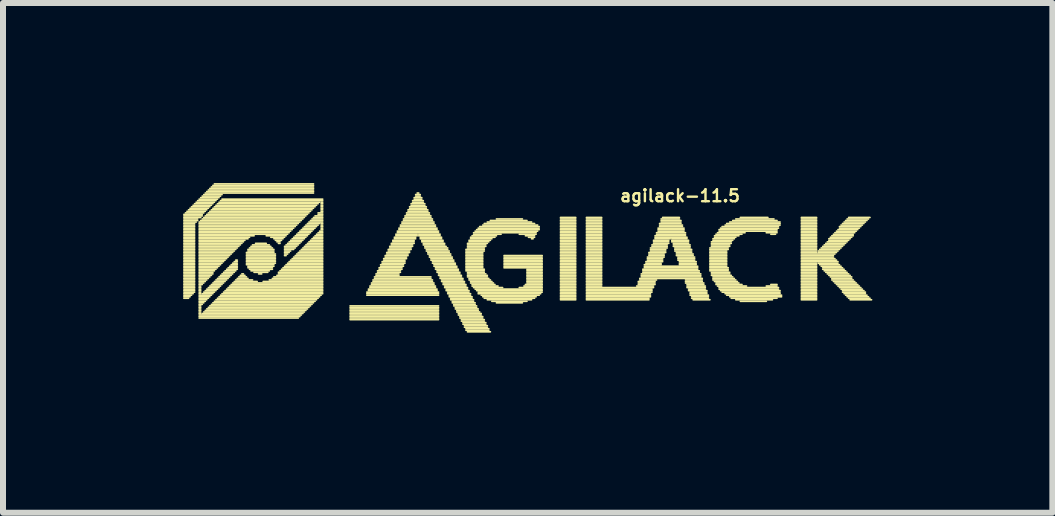
<source format=kicad_pcb>
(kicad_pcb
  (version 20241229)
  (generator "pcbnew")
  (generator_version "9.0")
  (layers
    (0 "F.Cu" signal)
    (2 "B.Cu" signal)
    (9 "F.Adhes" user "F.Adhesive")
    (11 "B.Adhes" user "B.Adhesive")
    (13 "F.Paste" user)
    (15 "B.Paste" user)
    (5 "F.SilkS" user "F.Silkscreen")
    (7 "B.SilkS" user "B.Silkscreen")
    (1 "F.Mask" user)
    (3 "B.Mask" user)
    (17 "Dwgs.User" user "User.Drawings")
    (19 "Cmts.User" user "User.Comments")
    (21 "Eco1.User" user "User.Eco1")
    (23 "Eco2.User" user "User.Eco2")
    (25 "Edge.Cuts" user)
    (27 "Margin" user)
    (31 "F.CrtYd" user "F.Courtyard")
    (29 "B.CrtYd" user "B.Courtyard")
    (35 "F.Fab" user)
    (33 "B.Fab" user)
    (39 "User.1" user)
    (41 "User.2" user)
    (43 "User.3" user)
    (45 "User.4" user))
  (footprint "agilack-11.5"
    (layer "F.Cu")
    (at 6.146 1.289)
    (property "Reference" "agilack-11.5" (at 2.134 -1.077 0) (layer "F.SilkS") (effects (font (size 0.2 0.2) (thickness 0.04))))
    (attr through_hole)
    (fp_line (start -6.132 -0.767) (end -5.827 -0.767) (stroke (width 0.028) (type solid)) (layer "F.SilkS"))
    (fp_line (start -6.132 -0.742) (end -5.827 -0.742) (stroke (width 0.028) (type solid)) (layer "F.SilkS"))
    (fp_line (start -6.132 -0.716) (end -5.852 -0.716) (stroke (width 0.028) (type solid)) (layer "F.SilkS"))
    (fp_line (start -6.132 -0.691) (end -5.903 -0.691) (stroke (width 0.028) (type solid)) (layer "F.SilkS"))
    (fp_line (start -6.132 -0.665) (end -5.903 -0.665) (stroke (width 0.028) (type solid)) (layer "F.SilkS"))
    (fp_line (start -6.132 -0.64) (end -5.928 -0.64) (stroke (width 0.028) (type solid)) (layer "F.SilkS"))
    (fp_line (start -6.132 -0.615) (end -5.954 -0.615) (stroke (width 0.028) (type solid)) (layer "F.SilkS"))
    (fp_line (start -6.132 -0.589) (end -5.954 -0.589) (stroke (width 0.028) (type solid)) (layer "F.SilkS"))
    (fp_line (start -6.132 -0.564) (end -5.954 -0.564) (stroke (width 0.028) (type solid)) (layer "F.SilkS"))
    (fp_line (start -6.132 -0.538) (end -5.954 -0.538) (stroke (width 0.028) (type solid)) (layer "F.SilkS"))
    (fp_line (start -6.132 -0.513) (end -5.954 -0.513) (stroke (width 0.028) (type solid)) (layer "F.SilkS"))
    (fp_line (start -6.132 -0.488) (end -5.954 -0.488) (stroke (width 0.028) (type solid)) (layer "F.SilkS"))
    (fp_line (start -6.132 -0.462) (end -5.954 -0.462) (stroke (width 0.028) (type solid)) (layer "F.SilkS"))
    (fp_line (start -6.132 -0.437) (end -5.954 -0.437) (stroke (width 0.028) (type solid)) (layer "F.SilkS"))
    (fp_line (start -6.132 -0.411) (end -5.954 -0.411) (stroke (width 0.028) (type solid)) (layer "F.SilkS"))
    (fp_line (start -6.132 -0.386) (end -5.954 -0.386) (stroke (width 0.028) (type solid)) (layer "F.SilkS"))
    (fp_line (start -6.132 -0.361) (end -5.954 -0.361) (stroke (width 0.028) (type solid)) (layer "F.SilkS"))
    (fp_line (start -6.132 -0.335) (end -5.954 -0.335) (stroke (width 0.028) (type solid)) (layer "F.SilkS"))
    (fp_line (start -6.132 -0.31) (end -5.954 -0.31) (stroke (width 0.028) (type solid)) (layer "F.SilkS"))
    (fp_line (start -6.132 -0.284) (end -5.954 -0.284) (stroke (width 0.028) (type solid)) (layer "F.SilkS"))
    (fp_line (start -6.132 -0.259) (end -5.954 -0.259) (stroke (width 0.028) (type solid)) (layer "F.SilkS"))
    (fp_line (start -6.132 -0.234) (end -5.954 -0.234) (stroke (width 0.028) (type solid)) (layer "F.SilkS"))
    (fp_line (start -6.132 -0.208) (end -5.954 -0.208) (stroke (width 0.028) (type solid)) (layer "F.SilkS"))
    (fp_line (start -6.132 -0.183) (end -5.954 -0.183) (stroke (width 0.028) (type solid)) (layer "F.SilkS"))
    (fp_line (start -6.132 -0.157) (end -5.954 -0.157) (stroke (width 0.028) (type solid)) (layer "F.SilkS"))
    (fp_line (start -6.132 -0.132) (end -5.954 -0.132) (stroke (width 0.028) (type solid)) (layer "F.SilkS"))
    (fp_line (start -6.132 -0.107) (end -5.954 -0.107) (stroke (width 0.028) (type solid)) (layer "F.SilkS"))
    (fp_line (start -6.132 -0.081) (end -5.954 -0.081) (stroke (width 0.028) (type solid)) (layer "F.SilkS"))
    (fp_line (start -6.132 -0.056) (end -5.954 -0.056) (stroke (width 0.028) (type solid)) (layer "F.SilkS"))
    (fp_line (start -6.132 -0.03) (end -5.954 -0.03) (stroke (width 0.028) (type solid)) (layer "F.SilkS"))
    (fp_line (start -6.132 -0.005) (end -5.954 -0.005) (stroke (width 0.028) (type solid)) (layer "F.SilkS"))
    (fp_line (start -6.132 0.02) (end -5.954 0.02) (stroke (width 0.028) (type solid)) (layer "F.SilkS"))
    (fp_line (start -6.132 0.046) (end -5.954 0.046) (stroke (width 0.028) (type solid)) (layer "F.SilkS"))
    (fp_line (start -6.132 0.071) (end -5.954 0.071) (stroke (width 0.028) (type solid)) (layer "F.SilkS"))
    (fp_line (start -6.132 0.097) (end -5.954 0.097) (stroke (width 0.028) (type solid)) (layer "F.SilkS"))
    (fp_line (start -6.132 0.122) (end -5.954 0.122) (stroke (width 0.028) (type solid)) (layer "F.SilkS"))
    (fp_line (start -6.132 0.147) (end -5.954 0.147) (stroke (width 0.028) (type solid)) (layer "F.SilkS"))
    (fp_line (start -6.132 0.173) (end -5.954 0.173) (stroke (width 0.028) (type solid)) (layer "F.SilkS"))
    (fp_line (start -6.132 0.198) (end -5.954 0.198) (stroke (width 0.028) (type solid)) (layer "F.SilkS"))
    (fp_line (start -6.132 0.224) (end -5.954 0.224) (stroke (width 0.028) (type solid)) (layer "F.SilkS"))
    (fp_line (start -6.132 0.249) (end -5.954 0.249) (stroke (width 0.028) (type solid)) (layer "F.SilkS"))
    (fp_line (start -6.132 0.274) (end -5.954 0.274) (stroke (width 0.028) (type solid)) (layer "F.SilkS"))
    (fp_line (start -6.132 0.3) (end -5.954 0.3) (stroke (width 0.028) (type solid)) (layer "F.SilkS"))
    (fp_line (start -6.132 0.325) (end -5.954 0.325) (stroke (width 0.028) (type solid)) (layer "F.SilkS"))
    (fp_line (start -6.132 0.351) (end -5.954 0.351) (stroke (width 0.028) (type solid)) (layer "F.SilkS"))
    (fp_line (start -6.132 0.376) (end -5.954 0.376) (stroke (width 0.028) (type solid)) (layer "F.SilkS"))
    (fp_line (start -6.132 0.401) (end -5.954 0.401) (stroke (width 0.028) (type solid)) (layer "F.SilkS"))
    (fp_line (start -6.132 0.427) (end -5.954 0.427) (stroke (width 0.028) (type solid)) (layer "F.SilkS"))
    (fp_line (start -6.132 0.452) (end -5.954 0.452) (stroke (width 0.028) (type solid)) (layer "F.SilkS"))
    (fp_line (start -6.132 0.478) (end -5.954 0.478) (stroke (width 0.028) (type solid)) (layer "F.SilkS"))
    (fp_line (start -6.132 0.503) (end -5.954 0.503) (stroke (width 0.028) (type solid)) (layer "F.SilkS"))
    (fp_line (start -6.132 0.528) (end -5.954 0.528) (stroke (width 0.028) (type solid)) (layer "F.SilkS"))
    (fp_line (start -6.132 0.554) (end -5.979 0.554) (stroke (width 0.028) (type solid)) (layer "F.SilkS"))
    (fp_line (start -6.132 0.579) (end -6.005 0.579) (stroke (width 0.028) (type solid)) (layer "F.SilkS"))
    (fp_line (start -6.132 0.605) (end -6.03 0.605) (stroke (width 0.028) (type solid)) (layer "F.SilkS"))
    (fp_line (start -6.132 0.63) (end -6.055 0.63) (stroke (width 0.028) (type solid)) (layer "F.SilkS"))
    (fp_line (start -6.106 -0.792) (end -5.801 -0.792) (stroke (width 0.028) (type solid)) (layer "F.SilkS"))
    (fp_line (start -6.081 -0.818) (end -5.776 -0.818) (stroke (width 0.028) (type solid)) (layer "F.SilkS"))
    (fp_line (start -6.055 -0.843) (end -5.751 -0.843) (stroke (width 0.028) (type solid)) (layer "F.SilkS"))
    (fp_line (start -6.03 -0.869) (end -5.725 -0.869) (stroke (width 0.028) (type solid)) (layer "F.SilkS"))
    (fp_line (start -6.005 -0.894) (end -5.7 -0.894) (stroke (width 0.028) (type solid)) (layer "F.SilkS"))
    (fp_line (start -5.979 -0.919) (end -5.674 -0.919) (stroke (width 0.028) (type solid)) (layer "F.SilkS"))
    (fp_line (start -5.954 -0.945) (end -5.649 -0.945) (stroke (width 0.028) (type solid)) (layer "F.SilkS"))
    (fp_line (start -5.928 -0.97) (end -5.624 -0.97) (stroke (width 0.028) (type solid)) (layer "F.SilkS"))
    (fp_line (start -5.903 -0.996) (end -5.598 -0.996) (stroke (width 0.028) (type solid)) (layer "F.SilkS"))
    (fp_line (start -5.878 -1.021) (end -5.573 -1.021) (stroke (width 0.028) (type solid)) (layer "F.SilkS"))
    (fp_line (start -5.878 -0.64) (end -4.201 -0.64) (stroke (width 0.028) (type solid)) (layer "F.SilkS"))
    (fp_line (start -5.878 -0.615) (end -4.227 -0.615) (stroke (width 0.028) (type solid)) (layer "F.SilkS"))
    (fp_line (start -5.878 -0.589) (end -4.252 -0.589) (stroke (width 0.028) (type solid)) (layer "F.SilkS"))
    (fp_line (start -5.878 -0.564) (end -4.277 -0.564) (stroke (width 0.028) (type solid)) (layer "F.SilkS"))
    (fp_line (start -5.878 -0.538) (end -4.303 -0.538) (stroke (width 0.028) (type solid)) (layer "F.SilkS"))
    (fp_line (start -5.878 -0.513) (end -4.328 -0.513) (stroke (width 0.028) (type solid)) (layer "F.SilkS"))
    (fp_line (start -5.878 -0.488) (end -4.354 -0.488) (stroke (width 0.028) (type solid)) (layer "F.SilkS"))
    (fp_line (start -5.878 -0.462) (end -4.379 -0.462) (stroke (width 0.028) (type solid)) (layer "F.SilkS"))
    (fp_line (start -5.878 -0.437) (end -4.404 -0.437) (stroke (width 0.028) (type solid)) (layer "F.SilkS"))
    (fp_line (start -5.878 -0.411) (end -4.963 -0.411) (stroke (width 0.028) (type solid)) (layer "F.SilkS"))
    (fp_line (start -5.878 -0.386) (end -5.039 -0.386) (stroke (width 0.028) (type solid)) (layer "F.SilkS"))
    (fp_line (start -5.878 -0.361) (end -5.065 -0.361) (stroke (width 0.028) (type solid)) (layer "F.SilkS"))
    (fp_line (start -5.878 -0.335) (end -5.116 -0.335) (stroke (width 0.028) (type solid)) (layer "F.SilkS"))
    (fp_line (start -5.878 -0.31) (end -5.141 -0.31) (stroke (width 0.028) (type solid)) (layer "F.SilkS"))
    (fp_line (start -5.878 -0.284) (end -5.166 -0.284) (stroke (width 0.028) (type solid)) (layer "F.SilkS"))
    (fp_line (start -5.878 -0.259) (end -5.192 -0.259) (stroke (width 0.028) (type solid)) (layer "F.SilkS"))
    (fp_line (start -5.878 -0.234) (end -5.217 -0.234) (stroke (width 0.028) (type solid)) (layer "F.SilkS"))
    (fp_line (start -5.878 -0.208) (end -5.243 -0.208) (stroke (width 0.028) (type solid)) (layer "F.SilkS"))
    (fp_line (start -5.878 -0.183) (end -5.268 -0.183) (stroke (width 0.028) (type solid)) (layer "F.SilkS"))
    (fp_line (start -5.878 -0.157) (end -5.293 -0.157) (stroke (width 0.028) (type solid)) (layer "F.SilkS"))
    (fp_line (start -5.878 -0.132) (end -5.319 -0.132) (stroke (width 0.028) (type solid)) (layer "F.SilkS"))
    (fp_line (start -5.878 -0.107) (end -5.344 -0.107) (stroke (width 0.028) (type solid)) (layer "F.SilkS"))
    (fp_line (start -5.878 -0.081) (end -5.37 -0.081) (stroke (width 0.028) (type solid)) (layer "F.SilkS"))
    (fp_line (start -5.878 -0.056) (end -5.395 -0.056) (stroke (width 0.028) (type solid)) (layer "F.SilkS"))
    (fp_line (start -5.878 -0.03) (end -5.42 -0.03) (stroke (width 0.028) (type solid)) (layer "F.SilkS"))
    (fp_line (start -5.878 -0.005) (end -5.446 -0.005) (stroke (width 0.028) (type solid)) (layer "F.SilkS"))
    (fp_line (start -5.878 0.02) (end -5.471 0.02) (stroke (width 0.028) (type solid)) (layer "F.SilkS"))
    (fp_line (start -5.878 0.046) (end -5.497 0.046) (stroke (width 0.028) (type solid)) (layer "F.SilkS"))
    (fp_line (start -5.878 0.071) (end -5.522 0.071) (stroke (width 0.028) (type solid)) (layer "F.SilkS"))
    (fp_line (start -5.878 0.097) (end -5.547 0.097) (stroke (width 0.028) (type solid)) (layer "F.SilkS"))
    (fp_line (start -5.878 0.122) (end -5.573 0.122) (stroke (width 0.028) (type solid)) (layer "F.SilkS"))
    (fp_line (start -5.878 0.147) (end -5.598 0.147) (stroke (width 0.028) (type solid)) (layer "F.SilkS"))
    (fp_line (start -5.878 0.173) (end -5.624 0.173) (stroke (width 0.028) (type solid)) (layer "F.SilkS"))
    (fp_line (start -5.878 0.198) (end -5.649 0.198) (stroke (width 0.028) (type solid)) (layer "F.SilkS"))
    (fp_line (start -5.878 0.224) (end -5.649 0.224) (stroke (width 0.028) (type solid)) (layer "F.SilkS"))
    (fp_line (start -5.878 0.249) (end -5.674 0.249) (stroke (width 0.028) (type solid)) (layer "F.SilkS"))
    (fp_line (start -5.878 0.274) (end -5.7 0.274) (stroke (width 0.028) (type solid)) (layer "F.SilkS"))
    (fp_line (start -5.878 0.3) (end -5.725 0.3) (stroke (width 0.028) (type solid)) (layer "F.SilkS"))
    (fp_line (start -5.878 0.325) (end -5.751 0.325) (stroke (width 0.028) (type solid)) (layer "F.SilkS"))
    (fp_line (start -5.878 0.351) (end -5.776 0.351) (stroke (width 0.028) (type solid)) (layer "F.SilkS"))
    (fp_line (start -5.878 0.376) (end -5.801 0.376) (stroke (width 0.028) (type solid)) (layer "F.SilkS"))
    (fp_line (start -5.878 0.401) (end -5.827 0.401) (stroke (width 0.028) (type solid)) (layer "F.SilkS"))
    (fp_line (start -5.878 0.427) (end -5.852 0.427) (stroke (width 0.028) (type solid)) (layer "F.SilkS"))
    (fp_line (start -5.878 0.452) (end -5.852 0.452) (stroke (width 0.028) (type solid)) (layer "F.SilkS"))
    (fp_line (start -5.878 0.478) (end -5.852 0.478) (stroke (width 0.028) (type solid)) (layer "F.SilkS"))
    (fp_line (start -5.878 0.503) (end -5.852 0.503) (stroke (width 0.028) (type solid)) (layer "F.SilkS"))
    (fp_line (start -5.878 0.528) (end -5.852 0.528) (stroke (width 0.028) (type solid)) (layer "F.SilkS"))
    (fp_line (start -5.878 0.554) (end -5.852 0.554) (stroke (width 0.028) (type solid)) (layer "F.SilkS"))
    (fp_line (start -5.878 0.579) (end -5.674 0.579) (stroke (width 0.028) (type solid)) (layer "F.SilkS"))
    (fp_line (start -5.878 0.605) (end -5.7 0.605) (stroke (width 0.028) (type solid)) (layer "F.SilkS"))
    (fp_line (start -5.878 0.63) (end -5.725 0.63) (stroke (width 0.028) (type solid)) (layer "F.SilkS"))
    (fp_line (start -5.878 0.655) (end -5.751 0.655) (stroke (width 0.028) (type solid)) (layer "F.SilkS"))
    (fp_line (start -5.878 0.681) (end -5.776 0.681) (stroke (width 0.028) (type solid)) (layer "F.SilkS"))
    (fp_line (start -5.878 0.706) (end -5.801 0.706) (stroke (width 0.028) (type solid)) (layer "F.SilkS"))
    (fp_line (start -5.878 0.732) (end -5.827 0.732) (stroke (width 0.028) (type solid)) (layer "F.SilkS"))
    (fp_line (start -5.878 0.757) (end -5.852 0.757) (stroke (width 0.028) (type solid)) (layer "F.SilkS"))
    (fp_line (start -5.878 0.782) (end -5.852 0.782) (stroke (width 0.028) (type solid)) (layer "F.SilkS"))
    (fp_line (start -5.878 0.808) (end -5.852 0.808) (stroke (width 0.028) (type solid)) (layer "F.SilkS"))
    (fp_line (start -5.878 0.833) (end -5.852 0.833) (stroke (width 0.028) (type solid)) (layer "F.SilkS"))
    (fp_line (start -5.878 0.859) (end -5.852 0.859) (stroke (width 0.028) (type solid)) (layer "F.SilkS"))
    (fp_line (start -5.878 0.884) (end -5.852 0.884) (stroke (width 0.028) (type solid)) (layer "F.SilkS"))
    (fp_line (start -5.878 0.909) (end -4.176 0.909) (stroke (width 0.028) (type solid)) (layer "F.SilkS"))
    (fp_line (start -5.878 0.935) (end -4.201 0.935) (stroke (width 0.028) (type solid)) (layer "F.SilkS"))
    (fp_line (start -5.878 0.96) (end -4.227 0.96) (stroke (width 0.028) (type solid)) (layer "F.SilkS"))
    (fp_line (start -5.852 -1.046) (end -5.547 -1.046) (stroke (width 0.028) (type solid)) (layer "F.SilkS"))
    (fp_line (start -5.852 -0.665) (end -4.176 -0.665) (stroke (width 0.028) (type solid)) (layer "F.SilkS"))
    (fp_line (start -5.827 -1.072) (end -5.522 -1.072) (stroke (width 0.028) (type solid)) (layer "F.SilkS"))
    (fp_line (start -5.827 -0.691) (end -4.15 -0.691) (stroke (width 0.028) (type solid)) (layer "F.SilkS"))
    (fp_line (start -5.827 0.554) (end -5.649 0.554) (stroke (width 0.028) (type solid)) (layer "F.SilkS"))
    (fp_line (start -5.827 0.884) (end -4.15 0.884) (stroke (width 0.028) (type solid)) (layer "F.SilkS"))
    (fp_line (start -5.801 -1.097) (end -5.497 -1.097) (stroke (width 0.028) (type solid)) (layer "F.SilkS"))
    (fp_line (start -5.801 -0.716) (end -4.125 -0.716) (stroke (width 0.028) (type solid)) (layer "F.SilkS"))
    (fp_line (start -5.801 0.528) (end -5.624 0.528) (stroke (width 0.028) (type solid)) (layer "F.SilkS"))
    (fp_line (start -5.801 0.859) (end -4.125 0.859) (stroke (width 0.028) (type solid)) (layer "F.SilkS"))
    (fp_line (start -5.776 -1.123) (end -3.973 -1.123) (stroke (width 0.028) (type solid)) (layer "F.SilkS"))
    (fp_line (start -5.776 -0.742) (end -4.1 -0.742) (stroke (width 0.028) (type solid)) (layer "F.SilkS"))
    (fp_line (start -5.776 0.503) (end -5.598 0.503) (stroke (width 0.028) (type solid)) (layer "F.SilkS"))
    (fp_line (start -5.776 0.833) (end -4.1 0.833) (stroke (width 0.028) (type solid)) (layer "F.SilkS"))
    (fp_line (start -5.751 -1.148) (end -3.973 -1.148) (stroke (width 0.028) (type solid)) (layer "F.SilkS"))
    (fp_line (start -5.751 -0.767) (end -4.074 -0.767) (stroke (width 0.028) (type solid)) (layer "F.SilkS"))
    (fp_line (start -5.751 0.478) (end -5.573 0.478) (stroke (width 0.028) (type solid)) (layer "F.SilkS"))
    (fp_line (start -5.751 0.808) (end -4.074 0.808) (stroke (width 0.028) (type solid)) (layer "F.SilkS"))
    (fp_line (start -5.725 -1.173) (end -3.973 -1.173) (stroke (width 0.028) (type solid)) (layer "F.SilkS"))
    (fp_line (start -5.725 -0.792) (end -4.049 -0.792) (stroke (width 0.028) (type solid)) (layer "F.SilkS"))
    (fp_line (start -5.725 0.452) (end -5.547 0.452) (stroke (width 0.028) (type solid)) (layer "F.SilkS"))
    (fp_line (start -5.725 0.782) (end -4.049 0.782) (stroke (width 0.028) (type solid)) (layer "F.SilkS"))
    (fp_line (start -5.7 -1.199) (end -3.973 -1.199) (stroke (width 0.028) (type solid)) (layer "F.SilkS"))
    (fp_line (start -5.7 -0.818) (end -4.023 -0.818) (stroke (width 0.028) (type solid)) (layer "F.SilkS"))
    (fp_line (start -5.7 0.427) (end -5.522 0.427) (stroke (width 0.028) (type solid)) (layer "F.SilkS"))
    (fp_line (start -5.7 0.757) (end -4.023 0.757) (stroke (width 0.028) (type solid)) (layer "F.SilkS"))
    (fp_line (start -5.674 -1.224) (end -3.973 -1.224) (stroke (width 0.028) (type solid)) (layer "F.SilkS"))
    (fp_line (start -5.674 -0.843) (end -3.998 -0.843) (stroke (width 0.028) (type solid)) (layer "F.SilkS"))
    (fp_line (start -5.674 0.401) (end -5.497 0.401) (stroke (width 0.028) (type solid)) (layer "F.SilkS"))
    (fp_line (start -5.674 0.732) (end -3.998 0.732) (stroke (width 0.028) (type solid)) (layer "F.SilkS"))
    (fp_line (start -5.649 -1.25) (end -3.973 -1.25) (stroke (width 0.028) (type solid)) (layer "F.SilkS"))
    (fp_line (start -5.649 -0.869) (end -3.973 -0.869) (stroke (width 0.028) (type solid)) (layer "F.SilkS"))
    (fp_line (start -5.649 0.376) (end -5.471 0.376) (stroke (width 0.028) (type solid)) (layer "F.SilkS"))
    (fp_line (start -5.649 0.706) (end -3.973 0.706) (stroke (width 0.028) (type solid)) (layer "F.SilkS"))
    (fp_line (start -5.624 -1.275) (end -3.973 -1.275) (stroke (width 0.028) (type solid)) (layer "F.SilkS"))
    (fp_line (start -5.624 -0.894) (end -3.947 -0.894) (stroke (width 0.028) (type solid)) (layer "F.SilkS"))
    (fp_line (start -5.624 0.351) (end -5.446 0.351) (stroke (width 0.028) (type solid)) (layer "F.SilkS"))
    (fp_line (start -5.624 0.681) (end -3.947 0.681) (stroke (width 0.028) (type solid)) (layer "F.SilkS"))
    (fp_line (start -5.598 -0.919) (end -3.922 -0.919) (stroke (width 0.028) (type solid)) (layer "F.SilkS"))
    (fp_line (start -5.598 0.325) (end -5.42 0.325) (stroke (width 0.028) (type solid)) (layer "F.SilkS"))
    (fp_line (start -5.598 0.655) (end -3.922 0.655) (stroke (width 0.028) (type solid)) (layer "F.SilkS"))
    (fp_line (start -5.573 -0.945) (end -3.896 -0.945) (stroke (width 0.028) (type solid)) (layer "F.SilkS"))
    (fp_line (start -5.573 0.3) (end -5.395 0.3) (stroke (width 0.028) (type solid)) (layer "F.SilkS"))
    (fp_line (start -5.573 0.63) (end -3.896 0.63) (stroke (width 0.028) (type solid)) (layer "F.SilkS"))
    (fp_line (start -5.547 -0.97) (end -3.871 -0.97) (stroke (width 0.028) (type solid)) (layer "F.SilkS"))
    (fp_line (start -5.547 0.274) (end -5.37 0.274) (stroke (width 0.028) (type solid)) (layer "F.SilkS"))
    (fp_line (start -5.547 0.605) (end -3.871 0.605) (stroke (width 0.028) (type solid)) (layer "F.SilkS"))
    (fp_line (start -5.522 -0.996) (end -3.82 -0.996) (stroke (width 0.028) (type solid)) (layer "F.SilkS"))
    (fp_line (start -5.522 0.249) (end -5.344 0.249) (stroke (width 0.028) (type solid)) (layer "F.SilkS"))
    (fp_line (start -5.522 0.579) (end -3.846 0.579) (stroke (width 0.028) (type solid)) (layer "F.SilkS"))
    (fp_line (start -5.497 -1.021) (end -3.82 -1.021) (stroke (width 0.028) (type solid)) (layer "F.SilkS"))
    (fp_line (start -5.497 0.224) (end -5.319 0.224) (stroke (width 0.028) (type solid)) (layer "F.SilkS"))
    (fp_line (start -5.497 0.554) (end -3.82 0.554) (stroke (width 0.028) (type solid)) (layer "F.SilkS"))
    (fp_line (start -5.471 0.198) (end -5.293 0.198) (stroke (width 0.028) (type solid)) (layer "F.SilkS"))
    (fp_line (start -5.471 0.528) (end -3.82 0.528) (stroke (width 0.028) (type solid)) (layer "F.SilkS"))
    (fp_line (start -5.446 0.173) (end -5.268 0.173) (stroke (width 0.028) (type solid)) (layer "F.SilkS"))
    (fp_line (start -5.446 0.503) (end -3.82 0.503) (stroke (width 0.028) (type solid)) (layer "F.SilkS"))
    (fp_line (start -5.42 0.147) (end -5.243 0.147) (stroke (width 0.028) (type solid)) (layer "F.SilkS"))
    (fp_line (start -5.42 0.478) (end -3.82 0.478) (stroke (width 0.028) (type solid)) (layer "F.SilkS"))
    (fp_line (start -5.395 0.122) (end -5.243 0.122) (stroke (width 0.028) (type solid)) (layer "F.SilkS"))
    (fp_line (start -5.395 0.452) (end -3.82 0.452) (stroke (width 0.028) (type solid)) (layer "F.SilkS"))
    (fp_line (start -5.37 0.097) (end -5.243 0.097) (stroke (width 0.028) (type solid)) (layer "F.SilkS"))
    (fp_line (start -5.37 0.427) (end -3.82 0.427) (stroke (width 0.028) (type solid)) (layer "F.SilkS"))
    (fp_line (start -5.344 0.071) (end -5.243 0.071) (stroke (width 0.028) (type solid)) (layer "F.SilkS"))
    (fp_line (start -5.344 0.401) (end -3.82 0.401) (stroke (width 0.028) (type solid)) (layer "F.SilkS"))
    (fp_line (start -5.319 0.046) (end -5.243 0.046) (stroke (width 0.028) (type solid)) (layer "F.SilkS"))
    (fp_line (start -5.319 0.376) (end -3.82 0.376) (stroke (width 0.028) (type solid)) (layer "F.SilkS"))
    (fp_line (start -5.293 0.02) (end -5.243 0.02) (stroke (width 0.028) (type solid)) (layer "F.SilkS"))
    (fp_line (start -5.293 0.351) (end -4.912 0.351) (stroke (width 0.028) (type solid)) (layer "F.SilkS"))
    (fp_line (start -5.268 -0.005) (end -5.243 -0.005) (stroke (width 0.028) (type solid)) (layer "F.SilkS"))
    (fp_line (start -5.268 0.325) (end -4.989 0.325) (stroke (width 0.028) (type solid)) (layer "F.SilkS"))
    (fp_line (start -5.243 0.3) (end -5.065 0.3) (stroke (width 0.028) (type solid)) (layer "F.SilkS"))
    (fp_line (start -5.217 0.274) (end -5.09 0.274) (stroke (width 0.028) (type solid)) (layer "F.SilkS"))
    (fp_line (start -5.192 0.249) (end -5.116 0.249) (stroke (width 0.028) (type solid)) (layer "F.SilkS"))
    (fp_line (start -5.166 0.224) (end -5.141 0.224) (stroke (width 0.028) (type solid)) (layer "F.SilkS"))
    (fp_line (start -5.09 -0.132) (end -4.633 -0.132) (stroke (width 0.028) (type solid)) (layer "F.SilkS"))
    (fp_line (start -5.09 -0.107) (end -4.608 -0.107) (stroke (width 0.028) (type solid)) (layer "F.SilkS"))
    (fp_line (start -5.09 -0.081) (end -4.608 -0.081) (stroke (width 0.028) (type solid)) (layer "F.SilkS"))
    (fp_line (start -5.09 -0.056) (end -4.608 -0.056) (stroke (width 0.028) (type solid)) (layer "F.SilkS"))
    (fp_line (start -5.09 -0.03) (end -4.608 -0.03) (stroke (width 0.028) (type solid)) (layer "F.SilkS"))
    (fp_line (start -5.09 -0.005) (end -4.608 -0.005) (stroke (width 0.028) (type solid)) (layer "F.SilkS"))
    (fp_line (start -5.09 0.02) (end -4.608 0.02) (stroke (width 0.028) (type solid)) (layer "F.SilkS"))
    (fp_line (start -5.09 0.046) (end -4.608 0.046) (stroke (width 0.028) (type solid)) (layer "F.SilkS"))
    (fp_line (start -5.09 0.071) (end -4.633 0.071) (stroke (width 0.028) (type solid)) (layer "F.SilkS"))
    (fp_line (start -5.065 -0.183) (end -4.633 -0.183) (stroke (width 0.028) (type solid)) (layer "F.SilkS"))
    (fp_line (start -5.065 -0.157) (end -4.633 -0.157) (stroke (width 0.028) (type solid)) (layer "F.SilkS"))
    (fp_line (start -5.065 0.097) (end -4.633 0.097) (stroke (width 0.028) (type solid)) (layer "F.SilkS"))
    (fp_line (start -5.065 0.122) (end -4.658 0.122) (stroke (width 0.028) (type solid)) (layer "F.SilkS"))
    (fp_line (start -5.039 -0.208) (end -4.658 -0.208) (stroke (width 0.028) (type solid)) (layer "F.SilkS"))
    (fp_line (start -5.039 0.147) (end -4.658 0.147) (stroke (width 0.028) (type solid)) (layer "F.SilkS"))
    (fp_line (start -5.014 -0.234) (end -4.684 -0.234) (stroke (width 0.028) (type solid)) (layer "F.SilkS"))
    (fp_line (start -5.014 0.173) (end -4.709 0.173) (stroke (width 0.028) (type solid)) (layer "F.SilkS"))
    (fp_line (start -4.989 -0.259) (end -4.709 -0.259) (stroke (width 0.028) (type solid)) (layer "F.SilkS"))
    (fp_line (start -4.963 0.198) (end -4.735 0.198) (stroke (width 0.028) (type solid)) (layer "F.SilkS"))
    (fp_line (start -4.938 -0.284) (end -4.76 -0.284) (stroke (width 0.028) (type solid)) (layer "F.SilkS"))
    (fp_line (start -4.887 0.224) (end -4.836 0.224) (stroke (width 0.028) (type solid)) (layer "F.SilkS"))
    (fp_line (start -4.811 0.351) (end -3.82 0.351) (stroke (width 0.028) (type solid)) (layer "F.SilkS"))
    (fp_line (start -4.76 -0.411) (end -4.43 -0.411) (stroke (width 0.028) (type solid)) (layer "F.SilkS"))
    (fp_line (start -4.709 0.325) (end -3.82 0.325) (stroke (width 0.028) (type solid)) (layer "F.SilkS"))
    (fp_line (start -4.684 -0.386) (end -4.455 -0.386) (stroke (width 0.028) (type solid)) (layer "F.SilkS"))
    (fp_line (start -4.658 0.3) (end -3.82 0.3) (stroke (width 0.028) (type solid)) (layer "F.SilkS"))
    (fp_line (start -4.633 -0.361) (end -4.481 -0.361) (stroke (width 0.028) (type solid)) (layer "F.SilkS"))
    (fp_line (start -4.633 0.274) (end -3.82 0.274) (stroke (width 0.028) (type solid)) (layer "F.SilkS"))
    (fp_line (start -4.608 -0.335) (end -4.506 -0.335) (stroke (width 0.028) (type solid)) (layer "F.SilkS"))
    (fp_line (start -4.582 -0.31) (end -4.531 -0.31) (stroke (width 0.028) (type solid)) (layer "F.SilkS"))
    (fp_line (start -4.582 0.249) (end -3.82 0.249) (stroke (width 0.028) (type solid)) (layer "F.SilkS"))
    (fp_line (start -4.557 -0.284) (end -4.531 -0.284) (stroke (width 0.028) (type solid)) (layer "F.SilkS"))
    (fp_line (start -4.557 0.198) (end -3.82 0.198) (stroke (width 0.028) (type solid)) (layer "F.SilkS"))
    (fp_line (start -4.557 0.224) (end -3.82 0.224) (stroke (width 0.028) (type solid)) (layer "F.SilkS"))
    (fp_line (start -4.531 0.173) (end -3.82 0.173) (stroke (width 0.028) (type solid)) (layer "F.SilkS"))
    (fp_line (start -4.506 0.147) (end -3.82 0.147) (stroke (width 0.028) (type solid)) (layer "F.SilkS"))
    (fp_line (start -4.481 0.122) (end -3.82 0.122) (stroke (width 0.028) (type solid)) (layer "F.SilkS"))
    (fp_line (start -4.455 -0.234) (end -4.252 -0.234) (stroke (width 0.028) (type solid)) (layer "F.SilkS"))
    (fp_line (start -4.455 -0.208) (end -4.277 -0.208) (stroke (width 0.028) (type solid)) (layer "F.SilkS"))
    (fp_line (start -4.455 -0.183) (end -4.303 -0.183) (stroke (width 0.028) (type solid)) (layer "F.SilkS"))
    (fp_line (start -4.455 -0.157) (end -4.354 -0.157) (stroke (width 0.028) (type solid)) (layer "F.SilkS"))
    (fp_line (start -4.455 -0.132) (end -4.379 -0.132) (stroke (width 0.028) (type solid)) (layer "F.SilkS"))
    (fp_line (start -4.455 -0.107) (end -4.404 -0.107) (stroke (width 0.028) (type solid)) (layer "F.SilkS"))
    (fp_line (start -4.455 -0.081) (end -4.43 -0.081) (stroke (width 0.028) (type solid)) (layer "F.SilkS"))
    (fp_line (start -4.455 0.097) (end -3.82 0.097) (stroke (width 0.028) (type solid)) (layer "F.SilkS"))
    (fp_line (start -4.43 -0.259) (end -4.227 -0.259) (stroke (width 0.028) (type solid)) (layer "F.SilkS"))
    (fp_line (start -4.43 0.071) (end -3.82 0.071) (stroke (width 0.028) (type solid)) (layer "F.SilkS"))
    (fp_line (start -4.404 -0.284) (end -4.201 -0.284) (stroke (width 0.028) (type solid)) (layer "F.SilkS"))
    (fp_line (start -4.404 0.046) (end -3.82 0.046) (stroke (width 0.028) (type solid)) (layer "F.SilkS"))
    (fp_line (start -4.379 -0.31) (end -4.176 -0.31) (stroke (width 0.028) (type solid)) (layer "F.SilkS"))
    (fp_line (start -4.379 0.02) (end -3.82 0.02) (stroke (width 0.028) (type solid)) (layer "F.SilkS"))
    (fp_line (start -4.354 -0.335) (end -4.15 -0.335) (stroke (width 0.028) (type solid)) (layer "F.SilkS"))
    (fp_line (start -4.354 -0.005) (end -3.82 -0.005) (stroke (width 0.028) (type solid)) (layer "F.SilkS"))
    (fp_line (start -4.328 -0.361) (end -4.125 -0.361) (stroke (width 0.028) (type solid)) (layer "F.SilkS"))
    (fp_line (start -4.328 -0.03) (end -3.82 -0.03) (stroke (width 0.028) (type solid)) (layer "F.SilkS"))
    (fp_line (start -4.303 -0.386) (end -4.1 -0.386) (stroke (width 0.028) (type solid)) (layer "F.SilkS"))
    (fp_line (start -4.303 -0.056) (end -3.82 -0.056) (stroke (width 0.028) (type solid)) (layer "F.SilkS"))
    (fp_line (start -4.277 -0.411) (end -4.074 -0.411) (stroke (width 0.028) (type solid)) (layer "F.SilkS"))
    (fp_line (start -4.277 -0.081) (end -3.82 -0.081) (stroke (width 0.028) (type solid)) (layer "F.SilkS"))
    (fp_line (start -4.252 -0.437) (end -4.049 -0.437) (stroke (width 0.028) (type solid)) (layer "F.SilkS"))
    (fp_line (start -4.252 -0.107) (end -3.82 -0.107) (stroke (width 0.028) (type solid)) (layer "F.SilkS"))
    (fp_line (start -4.227 -0.462) (end -4.023 -0.462) (stroke (width 0.028) (type solid)) (layer "F.SilkS"))
    (fp_line (start -4.227 -0.132) (end -3.82 -0.132) (stroke (width 0.028) (type solid)) (layer "F.SilkS"))
    (fp_line (start -4.201 -0.488) (end -3.998 -0.488) (stroke (width 0.028) (type solid)) (layer "F.SilkS"))
    (fp_line (start -4.201 -0.157) (end -3.82 -0.157) (stroke (width 0.028) (type solid)) (layer "F.SilkS"))
    (fp_line (start -4.176 -0.513) (end -3.973 -0.513) (stroke (width 0.028) (type solid)) (layer "F.SilkS"))
    (fp_line (start -4.176 -0.183) (end -3.82 -0.183) (stroke (width 0.028) (type solid)) (layer "F.SilkS"))
    (fp_line (start -4.15 -0.538) (end -3.947 -0.538) (stroke (width 0.028) (type solid)) (layer "F.SilkS"))
    (fp_line (start -4.15 -0.208) (end -3.82 -0.208) (stroke (width 0.028) (type solid)) (layer "F.SilkS"))
    (fp_line (start -4.125 -0.564) (end -3.922 -0.564) (stroke (width 0.028) (type solid)) (layer "F.SilkS"))
    (fp_line (start -4.125 -0.234) (end -3.82 -0.234) (stroke (width 0.028) (type solid)) (layer "F.SilkS"))
    (fp_line (start -4.1 -0.589) (end -3.896 -0.589) (stroke (width 0.028) (type solid)) (layer "F.SilkS"))
    (fp_line (start -4.1 -0.259) (end -3.82 -0.259) (stroke (width 0.028) (type solid)) (layer "F.SilkS"))
    (fp_line (start -4.074 -0.615) (end -3.871 -0.615) (stroke (width 0.028) (type solid)) (layer "F.SilkS"))
    (fp_line (start -4.074 -0.284) (end -3.82 -0.284) (stroke (width 0.028) (type solid)) (layer "F.SilkS"))
    (fp_line (start -4.049 -0.64) (end -3.82 -0.64) (stroke (width 0.028) (type solid)) (layer "F.SilkS"))
    (fp_line (start -4.049 -0.31) (end -3.82 -0.31) (stroke (width 0.028) (type solid)) (layer "F.SilkS"))
    (fp_line (start -4.023 -0.665) (end -3.82 -0.665) (stroke (width 0.028) (type solid)) (layer "F.SilkS"))
    (fp_line (start -4.023 -0.335) (end -3.82 -0.335) (stroke (width 0.028) (type solid)) (layer "F.SilkS"))
    (fp_line (start -3.998 -0.691) (end -3.82 -0.691) (stroke (width 0.028) (type solid)) (layer "F.SilkS"))
    (fp_line (start -3.998 -0.361) (end -3.82 -0.361) (stroke (width 0.028) (type solid)) (layer "F.SilkS"))
    (fp_line (start -3.973 -0.716) (end -3.82 -0.716) (stroke (width 0.028) (type solid)) (layer "F.SilkS"))
    (fp_line (start -3.973 -0.386) (end -3.82 -0.386) (stroke (width 0.028) (type solid)) (layer "F.SilkS"))
    (fp_line (start -3.947 -0.742) (end -3.82 -0.742) (stroke (width 0.028) (type solid)) (layer "F.SilkS"))
    (fp_line (start -3.947 -0.411) (end -3.82 -0.411) (stroke (width 0.028) (type solid)) (layer "F.SilkS"))
    (fp_line (start -3.922 -0.437) (end -3.82 -0.437) (stroke (width 0.028) (type solid)) (layer "F.SilkS"))
    (fp_line (start -3.896 -0.792) (end -3.82 -0.792) (stroke (width 0.028) (type solid)) (layer "F.SilkS"))
    (fp_line (start -3.896 -0.767) (end -3.82 -0.767) (stroke (width 0.028) (type solid)) (layer "F.SilkS"))
    (fp_line (start -3.896 -0.462) (end -3.82 -0.462) (stroke (width 0.028) (type solid)) (layer "F.SilkS"))
    (fp_line (start -3.871 -0.488) (end -3.82 -0.488) (stroke (width 0.028) (type solid)) (layer "F.SilkS"))
    (fp_line (start -3.846 -0.97) (end -3.82 -0.97) (stroke (width 0.028) (type solid)) (layer "F.SilkS"))
    (fp_line (start -3.846 -0.945) (end -3.82 -0.945) (stroke (width 0.028) (type solid)) (layer "F.SilkS"))
    (fp_line (start -3.846 -0.919) (end -3.82 -0.919) (stroke (width 0.028) (type solid)) (layer "F.SilkS"))
    (fp_line (start -3.846 -0.894) (end -3.82 -0.894) (stroke (width 0.028) (type solid)) (layer "F.SilkS"))
    (fp_line (start -3.846 -0.869) (end -3.82 -0.869) (stroke (width 0.028) (type solid)) (layer "F.SilkS"))
    (fp_line (start -3.846 -0.843) (end -3.82 -0.843) (stroke (width 0.028) (type solid)) (layer "F.SilkS"))
    (fp_line (start -3.846 -0.818) (end -3.82 -0.818) (stroke (width 0.028) (type solid)) (layer "F.SilkS"))
    (fp_line (start -3.846 -0.615) (end -3.82 -0.615) (stroke (width 0.028) (type solid)) (layer "F.SilkS"))
    (fp_line (start -3.846 -0.589) (end -3.82 -0.589) (stroke (width 0.028) (type solid)) (layer "F.SilkS"))
    (fp_line (start -3.846 -0.564) (end -3.82 -0.564) (stroke (width 0.028) (type solid)) (layer "F.SilkS"))
    (fp_line (start -3.846 -0.538) (end -3.82 -0.538) (stroke (width 0.028) (type solid)) (layer "F.SilkS"))
    (fp_line (start -3.846 -0.513) (end -3.82 -0.513) (stroke (width 0.028) (type solid)) (layer "F.SilkS"))
    (fp_line (start -3.363 0.757) (end -1.89 0.757) (stroke (width 0.028) (type solid)) (layer "F.SilkS"))
    (fp_line (start -3.363 0.782) (end -1.89 0.782) (stroke (width 0.028) (type solid)) (layer "F.SilkS"))
    (fp_line (start -3.363 0.808) (end -1.89 0.808) (stroke (width 0.028) (type solid)) (layer "F.SilkS"))
    (fp_line (start -3.363 0.833) (end -1.89 0.833) (stroke (width 0.028) (type solid)) (layer "F.SilkS"))
    (fp_line (start -3.363 0.859) (end -1.89 0.859) (stroke (width 0.028) (type solid)) (layer "F.SilkS"))
    (fp_line (start -3.363 0.884) (end -1.89 0.884) (stroke (width 0.028) (type solid)) (layer "F.SilkS"))
    (fp_line (start -3.363 0.909) (end -1.89 0.909) (stroke (width 0.028) (type solid)) (layer "F.SilkS"))
    (fp_line (start -3.363 0.935) (end -1.89 0.935) (stroke (width 0.028) (type solid)) (layer "F.SilkS"))
    (fp_line (start -3.363 0.96) (end -1.89 0.96) (stroke (width 0.028) (type solid)) (layer "F.SilkS"))
    (fp_line (start -3.363 0.986) (end -1.89 0.986) (stroke (width 0.028) (type solid)) (layer "F.SilkS"))
    (fp_line (start -3.084 0.528) (end -1.89 0.528) (stroke (width 0.028) (type solid)) (layer "F.SilkS"))
    (fp_line (start -3.084 0.554) (end -1.89 0.554) (stroke (width 0.028) (type solid)) (layer "F.SilkS"))
    (fp_line (start -3.084 0.579) (end -1.89 0.579) (stroke (width 0.028) (type solid)) (layer "F.SilkS"))
    (fp_line (start -3.058 0.478) (end -1.915 0.478) (stroke (width 0.028) (type solid)) (layer "F.SilkS"))
    (fp_line (start -3.058 0.503) (end -1.915 0.503) (stroke (width 0.028) (type solid)) (layer "F.SilkS"))
    (fp_line (start -3.033 0.427) (end -1.941 0.427) (stroke (width 0.028) (type solid)) (layer "F.SilkS"))
    (fp_line (start -3.033 0.452) (end -1.941 0.452) (stroke (width 0.028) (type solid)) (layer "F.SilkS"))
    (fp_line (start -3.007 0.376) (end -1.966 0.376) (stroke (width 0.028) (type solid)) (layer "F.SilkS"))
    (fp_line (start -3.007 0.401) (end -1.966 0.401) (stroke (width 0.028) (type solid)) (layer "F.SilkS"))
    (fp_line (start -2.982 0.325) (end -1.991 0.325) (stroke (width 0.028) (type solid)) (layer "F.SilkS"))
    (fp_line (start -2.982 0.351) (end -1.991 0.351) (stroke (width 0.028) (type solid)) (layer "F.SilkS"))
    (fp_line (start -2.957 0.274) (end -2.017 0.274) (stroke (width 0.028) (type solid)) (layer "F.SilkS"))
    (fp_line (start -2.957 0.3) (end -2.017 0.3) (stroke (width 0.028) (type solid)) (layer "F.SilkS"))
    (fp_line (start -2.931 0.224) (end -2.55 0.224) (stroke (width 0.028) (type solid)) (layer "F.SilkS"))
    (fp_line (start -2.931 0.249) (end -2.55 0.249) (stroke (width 0.028) (type solid)) (layer "F.SilkS"))
    (fp_line (start -2.906 0.173) (end -2.525 0.173) (stroke (width 0.028) (type solid)) (layer "F.SilkS"))
    (fp_line (start -2.906 0.198) (end -2.525 0.198) (stroke (width 0.028) (type solid)) (layer "F.SilkS"))
    (fp_line (start -2.88 0.122) (end -2.499 0.122) (stroke (width 0.028) (type solid)) (layer "F.SilkS"))
    (fp_line (start -2.88 0.147) (end -2.499 0.147) (stroke (width 0.028) (type solid)) (layer "F.SilkS"))
    (fp_line (start -2.855 0.071) (end -2.474 0.071) (stroke (width 0.028) (type solid)) (layer "F.SilkS"))
    (fp_line (start -2.855 0.097) (end -2.474 0.097) (stroke (width 0.028) (type solid)) (layer "F.SilkS"))
    (fp_line (start -2.83 0.02) (end -2.449 0.02) (stroke (width 0.028) (type solid)) (layer "F.SilkS"))
    (fp_line (start -2.83 0.046) (end -2.449 0.046) (stroke (width 0.028) (type solid)) (layer "F.SilkS"))
    (fp_line (start -2.804 -0.03) (end -2.423 -0.03) (stroke (width 0.028) (type solid)) (layer "F.SilkS"))
    (fp_line (start -2.804 -0.005) (end -2.449 -0.005) (stroke (width 0.028) (type solid)) (layer "F.SilkS"))
    (fp_line (start -2.779 -0.081) (end -2.398 -0.081) (stroke (width 0.028) (type solid)) (layer "F.SilkS"))
    (fp_line (start -2.779 -0.056) (end -2.423 -0.056) (stroke (width 0.028) (type solid)) (layer "F.SilkS"))
    (fp_line (start -2.753 -0.132) (end -2.372 -0.132) (stroke (width 0.028) (type solid)) (layer "F.SilkS"))
    (fp_line (start -2.753 -0.107) (end -2.398 -0.107) (stroke (width 0.028) (type solid)) (layer "F.SilkS"))
    (fp_line (start -2.728 -0.183) (end -2.347 -0.183) (stroke (width 0.028) (type solid)) (layer "F.SilkS"))
    (fp_line (start -2.728 -0.157) (end -2.372 -0.157) (stroke (width 0.028) (type solid)) (layer "F.SilkS"))
    (fp_line (start -2.703 -0.234) (end -2.322 -0.234) (stroke (width 0.028) (type solid)) (layer "F.SilkS"))
    (fp_line (start -2.703 -0.208) (end -2.347 -0.208) (stroke (width 0.028) (type solid)) (layer "F.SilkS"))
    (fp_line (start -2.677 -0.284) (end -2.296 -0.284) (stroke (width 0.028) (type solid)) (layer "F.SilkS"))
    (fp_line (start -2.677 -0.259) (end -2.322 -0.259) (stroke (width 0.028) (type solid)) (layer "F.SilkS"))
    (fp_line (start -2.652 -0.335) (end -2.296 -0.335) (stroke (width 0.028) (type solid)) (layer "F.SilkS"))
    (fp_line (start -2.652 -0.31) (end -2.296 -0.31) (stroke (width 0.028) (type solid)) (layer "F.SilkS"))
    (fp_line (start -2.626 -0.386) (end -2.271 -0.386) (stroke (width 0.028) (type solid)) (layer "F.SilkS"))
    (fp_line (start -2.626 -0.361) (end -2.271 -0.361) (stroke (width 0.028) (type solid)) (layer "F.SilkS"))
    (fp_line (start -2.601 -0.437) (end -2.245 -0.437) (stroke (width 0.028) (type solid)) (layer "F.SilkS"))
    (fp_line (start -2.601 -0.411) (end -2.245 -0.411) (stroke (width 0.028) (type solid)) (layer "F.SilkS"))
    (fp_line (start -2.576 -0.488) (end -1.89 -0.488) (stroke (width 0.028) (type solid)) (layer "F.SilkS"))
    (fp_line (start -2.576 -0.462) (end -1.89 -0.462) (stroke (width 0.028) (type solid)) (layer "F.SilkS"))
    (fp_line (start -2.55 -0.538) (end -1.915 -0.538) (stroke (width 0.028) (type solid)) (layer "F.SilkS"))
    (fp_line (start -2.55 -0.513) (end -1.915 -0.513) (stroke (width 0.028) (type solid)) (layer "F.SilkS"))
    (fp_line (start -2.525 -0.589) (end -1.941 -0.589) (stroke (width 0.028) (type solid)) (layer "F.SilkS"))
    (fp_line (start -2.525 -0.564) (end -1.941 -0.564) (stroke (width 0.028) (type solid)) (layer "F.SilkS"))
    (fp_line (start -2.499 -0.64) (end -1.966 -0.64) (stroke (width 0.028) (type solid)) (layer "F.SilkS"))
    (fp_line (start -2.499 -0.615) (end -1.966 -0.615) (stroke (width 0.028) (type solid)) (layer "F.SilkS"))
    (fp_line (start -2.474 -0.691) (end -1.991 -0.691) (stroke (width 0.028) (type solid)) (layer "F.SilkS"))
    (fp_line (start -2.474 -0.665) (end -1.991 -0.665) (stroke (width 0.028) (type solid)) (layer "F.SilkS"))
    (fp_line (start -2.449 -0.742) (end -2.017 -0.742) (stroke (width 0.028) (type solid)) (layer "F.SilkS"))
    (fp_line (start -2.449 -0.716) (end -2.017 -0.716) (stroke (width 0.028) (type solid)) (layer "F.SilkS"))
    (fp_line (start -2.423 -0.792) (end -2.042 -0.792) (stroke (width 0.028) (type solid)) (layer "F.SilkS"))
    (fp_line (start -2.423 -0.767) (end -2.042 -0.767) (stroke (width 0.028) (type solid)) (layer "F.SilkS"))
    (fp_line (start -2.398 -0.843) (end -2.068 -0.843) (stroke (width 0.028) (type solid)) (layer "F.SilkS"))
    (fp_line (start -2.398 -0.818) (end -2.068 -0.818) (stroke (width 0.028) (type solid)) (layer "F.SilkS"))
    (fp_line (start -2.372 -0.894) (end -2.093 -0.894) (stroke (width 0.028) (type solid)) (layer "F.SilkS"))
    (fp_line (start -2.372 -0.869) (end -2.093 -0.869) (stroke (width 0.028) (type solid)) (layer "F.SilkS"))
    (fp_line (start -2.347 -0.945) (end -2.118 -0.945) (stroke (width 0.028) (type solid)) (layer "F.SilkS"))
    (fp_line (start -2.347 -0.919) (end -2.118 -0.919) (stroke (width 0.028) (type solid)) (layer "F.SilkS"))
    (fp_line (start -2.322 -0.996) (end -2.144 -0.996) (stroke (width 0.028) (type solid)) (layer "F.SilkS"))
    (fp_line (start -2.322 -0.97) (end -2.144 -0.97) (stroke (width 0.028) (type solid)) (layer "F.SilkS"))
    (fp_line (start -2.296 -1.046) (end -2.169 -1.046) (stroke (width 0.028) (type solid)) (layer "F.SilkS"))
    (fp_line (start -2.296 -1.021) (end -2.169 -1.021) (stroke (width 0.028) (type solid)) (layer "F.SilkS"))
    (fp_line (start -2.271 -1.097) (end -2.195 -1.097) (stroke (width 0.028) (type solid)) (layer "F.SilkS"))
    (fp_line (start -2.271 -1.072) (end -2.195 -1.072) (stroke (width 0.028) (type solid)) (layer "F.SilkS"))
    (fp_line (start -2.245 -1.123) (end -2.22 -1.123) (stroke (width 0.028) (type solid)) (layer "F.SilkS"))
    (fp_line (start -2.22 -0.437) (end -1.864 -0.437) (stroke (width 0.028) (type solid)) (layer "F.SilkS"))
    (fp_line (start -2.22 -0.411) (end -1.864 -0.411) (stroke (width 0.028) (type solid)) (layer "F.SilkS"))
    (fp_line (start -2.195 -0.386) (end -1.839 -0.386) (stroke (width 0.028) (type solid)) (layer "F.SilkS"))
    (fp_line (start -2.195 -0.361) (end -1.839 -0.361) (stroke (width 0.028) (type solid)) (layer "F.SilkS"))
    (fp_line (start -2.169 -0.335) (end -1.814 -0.335) (stroke (width 0.028) (type solid)) (layer "F.SilkS"))
    (fp_line (start -2.169 -0.31) (end -1.814 -0.31) (stroke (width 0.028) (type solid)) (layer "F.SilkS"))
    (fp_line (start -2.144 -0.284) (end -1.788 -0.284) (stroke (width 0.028) (type solid)) (layer "F.SilkS"))
    (fp_line (start -2.144 -0.259) (end -1.788 -0.259) (stroke (width 0.028) (type solid)) (layer "F.SilkS"))
    (fp_line (start -2.118 -0.234) (end -1.763 -0.234) (stroke (width 0.028) (type solid)) (layer "F.SilkS"))
    (fp_line (start -2.118 -0.208) (end -1.737 -0.208) (stroke (width 0.028) (type solid)) (layer "F.SilkS"))
    (fp_line (start -2.093 -0.183) (end -1.737 -0.183) (stroke (width 0.028) (type solid)) (layer "F.SilkS"))
    (fp_line (start -2.093 -0.157) (end -1.712 -0.157) (stroke (width 0.028) (type solid)) (layer "F.SilkS"))
    (fp_line (start -2.068 -0.132) (end -1.712 -0.132) (stroke (width 0.028) (type solid)) (layer "F.SilkS"))
    (fp_line (start -2.068 -0.107) (end -1.687 -0.107) (stroke (width 0.028) (type solid)) (layer "F.SilkS"))
    (fp_line (start -2.042 -0.081) (end -1.687 -0.081) (stroke (width 0.028) (type solid)) (layer "F.SilkS"))
    (fp_line (start -2.042 -0.056) (end -1.661 -0.056) (stroke (width 0.028) (type solid)) (layer "F.SilkS"))
    (fp_line (start -2.017 -0.03) (end -1.661 -0.03) (stroke (width 0.028) (type solid)) (layer "F.SilkS"))
    (fp_line (start -2.017 -0.005) (end -1.636 -0.005) (stroke (width 0.028) (type solid)) (layer "F.SilkS"))
    (fp_line (start -1.991 0.02) (end -1.636 0.02) (stroke (width 0.028) (type solid)) (layer "F.SilkS"))
    (fp_line (start -1.991 0.046) (end -1.61 0.046) (stroke (width 0.028) (type solid)) (layer "F.SilkS"))
    (fp_line (start -1.966 0.071) (end -1.61 0.071) (stroke (width 0.028) (type solid)) (layer "F.SilkS"))
    (fp_line (start -1.966 0.097) (end -1.585 0.097) (stroke (width 0.028) (type solid)) (layer "F.SilkS"))
    (fp_line (start -1.941 0.122) (end -1.585 0.122) (stroke (width 0.028) (type solid)) (layer "F.SilkS"))
    (fp_line (start -1.941 0.147) (end -1.56 0.147) (stroke (width 0.028) (type solid)) (layer "F.SilkS"))
    (fp_line (start -1.915 0.173) (end -1.56 0.173) (stroke (width 0.028) (type solid)) (layer "F.SilkS"))
    (fp_line (start -1.915 0.198) (end -1.534 0.198) (stroke (width 0.028) (type solid)) (layer "F.SilkS"))
    (fp_line (start -1.89 0.224) (end -1.534 0.224) (stroke (width 0.028) (type solid)) (layer "F.SilkS"))
    (fp_line (start -1.89 0.249) (end -1.509 0.249) (stroke (width 0.028) (type solid)) (layer "F.SilkS"))
    (fp_line (start -1.864 0.274) (end -1.509 0.274) (stroke (width 0.028) (type solid)) (layer "F.SilkS"))
    (fp_line (start -1.864 0.3) (end -1.483 0.3) (stroke (width 0.028) (type solid)) (layer "F.SilkS"))
    (fp_line (start -1.839 0.325) (end -1.483 0.325) (stroke (width 0.028) (type solid)) (layer "F.SilkS"))
    (fp_line (start -1.839 0.351) (end -1.458 0.351) (stroke (width 0.028) (type solid)) (layer "F.SilkS"))
    (fp_line (start -1.814 0.376) (end -1.458 0.376) (stroke (width 0.028) (type solid)) (layer "F.SilkS"))
    (fp_line (start -1.814 0.401) (end -1.433 0.401) (stroke (width 0.028) (type solid)) (layer "F.SilkS"))
    (fp_line (start -1.788 0.427) (end -1.433 0.427) (stroke (width 0.028) (type solid)) (layer "F.SilkS"))
    (fp_line (start -1.788 0.452) (end -1.407 0.452) (stroke (width 0.028) (type solid)) (layer "F.SilkS"))
    (fp_line (start -1.763 0.478) (end -1.407 0.478) (stroke (width 0.028) (type solid)) (layer "F.SilkS"))
    (fp_line (start -1.763 0.503) (end -1.382 0.503) (stroke (width 0.028) (type solid)) (layer "F.SilkS"))
    (fp_line (start -1.737 0.528) (end -1.382 0.528) (stroke (width 0.028) (type solid)) (layer "F.SilkS"))
    (fp_line (start -1.737 0.554) (end -1.356 0.554) (stroke (width 0.028) (type solid)) (layer "F.SilkS"))
    (fp_line (start -1.712 0.579) (end -1.356 0.579) (stroke (width 0.028) (type solid)) (layer "F.SilkS"))
    (fp_line (start -1.712 0.605) (end -1.331 0.605) (stroke (width 0.028) (type solid)) (layer "F.SilkS"))
    (fp_line (start -1.687 0.63) (end -1.331 0.63) (stroke (width 0.028) (type solid)) (layer "F.SilkS"))
    (fp_line (start -1.687 0.655) (end -1.306 0.655) (stroke (width 0.028) (type solid)) (layer "F.SilkS"))
    (fp_line (start -1.661 0.681) (end -1.306 0.681) (stroke (width 0.028) (type solid)) (layer "F.SilkS"))
    (fp_line (start -1.661 0.706) (end -1.28 0.706) (stroke (width 0.028) (type solid)) (layer "F.SilkS"))
    (fp_line (start -1.636 0.732) (end -1.28 0.732) (stroke (width 0.028) (type solid)) (layer "F.SilkS"))
    (fp_line (start -1.636 0.757) (end -1.255 0.757) (stroke (width 0.028) (type solid)) (layer "F.SilkS"))
    (fp_line (start -1.61 0.782) (end -1.255 0.782) (stroke (width 0.028) (type solid)) (layer "F.SilkS"))
    (fp_line (start -1.61 0.808) (end -1.229 0.808) (stroke (width 0.028) (type solid)) (layer "F.SilkS"))
    (fp_line (start -1.585 0.833) (end -1.229 0.833) (stroke (width 0.028) (type solid)) (layer "F.SilkS"))
    (fp_line (start -1.585 0.859) (end -1.204 0.859) (stroke (width 0.028) (type solid)) (layer "F.SilkS"))
    (fp_line (start -1.56 0.884) (end -1.179 0.884) (stroke (width 0.028) (type solid)) (layer "F.SilkS"))
    (fp_line (start -1.56 0.909) (end -1.179 0.909) (stroke (width 0.028) (type solid)) (layer "F.SilkS"))
    (fp_line (start -1.534 0.935) (end -1.153 0.935) (stroke (width 0.028) (type solid)) (layer "F.SilkS"))
    (fp_line (start -1.534 0.96) (end -1.153 0.96) (stroke (width 0.028) (type solid)) (layer "F.SilkS"))
    (fp_line (start -1.509 0.986) (end -1.128 0.986) (stroke (width 0.028) (type solid)) (layer "F.SilkS"))
    (fp_line (start -1.509 1.011) (end -1.128 1.011) (stroke (width 0.028) (type solid)) (layer "F.SilkS"))
    (fp_line (start -1.483 1.036) (end -1.102 1.036) (stroke (width 0.028) (type solid)) (layer "F.SilkS"))
    (fp_line (start -1.483 1.062) (end -1.102 1.062) (stroke (width 0.028) (type solid)) (layer "F.SilkS"))
    (fp_line (start -1.458 1.087) (end -1.077 1.087) (stroke (width 0.028) (type solid)) (layer "F.SilkS"))
    (fp_line (start -1.458 1.113) (end -1.077 1.113) (stroke (width 0.028) (type solid)) (layer "F.SilkS"))
    (fp_line (start -1.433 -0.183) (end -1.128 -0.183) (stroke (width 0.028) (type solid)) (layer "F.SilkS"))
    (fp_line (start -1.433 -0.157) (end -1.128 -0.157) (stroke (width 0.028) (type solid)) (layer "F.SilkS"))
    (fp_line (start -1.433 -0.132) (end -1.153 -0.132) (stroke (width 0.028) (type solid)) (layer "F.SilkS"))
    (fp_line (start -1.433 -0.107) (end -1.153 -0.107) (stroke (width 0.028) (type solid)) (layer "F.SilkS"))
    (fp_line (start -1.433 -0.081) (end -1.153 -0.081) (stroke (width 0.028) (type solid)) (layer "F.SilkS"))
    (fp_line (start -1.433 -0.056) (end -1.153 -0.056) (stroke (width 0.028) (type solid)) (layer "F.SilkS"))
    (fp_line (start -1.433 -0.03) (end -1.153 -0.03) (stroke (width 0.028) (type solid)) (layer "F.SilkS"))
    (fp_line (start -1.433 -0.005) (end -1.153 -0.005) (stroke (width 0.028) (type solid)) (layer "F.SilkS"))
    (fp_line (start -1.433 0.02) (end -1.153 0.02) (stroke (width 0.028) (type solid)) (layer "F.SilkS"))
    (fp_line (start -1.433 0.046) (end -1.153 0.046) (stroke (width 0.028) (type solid)) (layer "F.SilkS"))
    (fp_line (start -1.433 0.071) (end -1.153 0.071) (stroke (width 0.028) (type solid)) (layer "F.SilkS"))
    (fp_line (start -1.433 0.097) (end -1.153 0.097) (stroke (width 0.028) (type solid)) (layer "F.SilkS"))
    (fp_line (start -1.433 0.122) (end -1.153 0.122) (stroke (width 0.028) (type solid)) (layer "F.SilkS"))
    (fp_line (start -1.433 0.147) (end -1.128 0.147) (stroke (width 0.028) (type solid)) (layer "F.SilkS"))
    (fp_line (start -1.433 0.173) (end -1.128 0.173) (stroke (width 0.028) (type solid)) (layer "F.SilkS"))
    (fp_line (start -1.433 1.138) (end -1.052 1.138) (stroke (width 0.028) (type solid)) (layer "F.SilkS"))
    (fp_line (start -1.433 1.163) (end -1.052 1.163) (stroke (width 0.028) (type solid)) (layer "F.SilkS"))
    (fp_line (start -1.407 -0.284) (end -1.077 -0.284) (stroke (width 0.028) (type solid)) (layer "F.SilkS"))
    (fp_line (start -1.407 -0.259) (end -1.102 -0.259) (stroke (width 0.028) (type solid)) (layer "F.SilkS"))
    (fp_line (start -1.407 -0.234) (end -1.102 -0.234) (stroke (width 0.028) (type solid)) (layer "F.SilkS"))
    (fp_line (start -1.407 -0.208) (end -1.128 -0.208) (stroke (width 0.028) (type solid)) (layer "F.SilkS"))
    (fp_line (start -1.407 0.198) (end -1.128 0.198) (stroke (width 0.028) (type solid)) (layer "F.SilkS"))
    (fp_line (start -1.407 0.224) (end -1.102 0.224) (stroke (width 0.028) (type solid)) (layer "F.SilkS"))
    (fp_line (start -1.407 0.249) (end -1.077 0.249) (stroke (width 0.028) (type solid)) (layer "F.SilkS"))
    (fp_line (start -1.407 0.274) (end -1.077 0.274) (stroke (width 0.028) (type solid)) (layer "F.SilkS"))
    (fp_line (start -1.407 1.189) (end -1.026 1.189) (stroke (width 0.028) (type solid)) (layer "F.SilkS"))
    (fp_line (start -1.382 -0.335) (end -1.026 -0.335) (stroke (width 0.028) (type solid)) (layer "F.SilkS"))
    (fp_line (start -1.382 -0.31) (end -1.052 -0.31) (stroke (width 0.028) (type solid)) (layer "F.SilkS"))
    (fp_line (start -1.382 0.3) (end -1.052 0.3) (stroke (width 0.028) (type solid)) (layer "F.SilkS"))
    (fp_line (start -1.382 0.325) (end -1.026 0.325) (stroke (width 0.028) (type solid)) (layer "F.SilkS"))
    (fp_line (start -1.356 -0.386) (end -0.95 -0.386) (stroke (width 0.028) (type solid)) (layer "F.SilkS"))
    (fp_line (start -1.356 -0.361) (end -1.001 -0.361) (stroke (width 0.028) (type solid)) (layer "F.SilkS"))
    (fp_line (start -1.356 0.351) (end -1.001 0.351) (stroke (width 0.028) (type solid)) (layer "F.SilkS"))
    (fp_line (start -1.356 0.376) (end -0.975 0.376) (stroke (width 0.028) (type solid)) (layer "F.SilkS"))
    (fp_line (start -1.331 -0.411) (end -0.925 -0.411) (stroke (width 0.028) (type solid)) (layer "F.SilkS"))
    (fp_line (start -1.331 0.401) (end -0.95 0.401) (stroke (width 0.028) (type solid)) (layer "F.SilkS"))
    (fp_line (start -1.331 0.427) (end -0.899 0.427) (stroke (width 0.028) (type solid)) (layer "F.SilkS"))
    (fp_line (start -1.306 -0.462) (end -0.264 -0.462) (stroke (width 0.028) (type solid)) (layer "F.SilkS"))
    (fp_line (start -1.306 -0.437) (end -0.848 -0.437) (stroke (width 0.028) (type solid)) (layer "F.SilkS"))
    (fp_line (start -1.306 0.452) (end -0.823 0.452) (stroke (width 0.028) (type solid)) (layer "F.SilkS"))
    (fp_line (start -1.28 -0.488) (end -0.239 -0.488) (stroke (width 0.028) (type solid)) (layer "F.SilkS"))
    (fp_line (start -1.28 0.478) (end -0.163 0.478) (stroke (width 0.028) (type solid)) (layer "F.SilkS"))
    (fp_line (start -1.255 -0.513) (end -0.213 -0.513) (stroke (width 0.028) (type solid)) (layer "F.SilkS"))
    (fp_line (start -1.255 0.503) (end -0.163 0.503) (stroke (width 0.028) (type solid)) (layer "F.SilkS"))
    (fp_line (start -1.229 -0.538) (end -0.213 -0.538) (stroke (width 0.028) (type solid)) (layer "F.SilkS"))
    (fp_line (start -1.229 0.528) (end -0.163 0.528) (stroke (width 0.028) (type solid)) (layer "F.SilkS"))
    (fp_line (start -1.229 0.554) (end -0.188 0.554) (stroke (width 0.028) (type solid)) (layer "F.SilkS"))
    (fp_line (start -1.204 -0.564) (end -0.213 -0.564) (stroke (width 0.028) (type solid)) (layer "F.SilkS"))
    (fp_line (start -1.179 0.579) (end -0.213 0.579) (stroke (width 0.028) (type solid)) (layer "F.SilkS"))
    (fp_line (start -1.153 -0.589) (end -0.239 -0.589) (stroke (width 0.028) (type solid)) (layer "F.SilkS"))
    (fp_line (start -1.153 0.605) (end -0.264 0.605) (stroke (width 0.028) (type solid)) (layer "F.SilkS"))
    (fp_line (start -1.128 -0.615) (end -0.29 -0.615) (stroke (width 0.028) (type solid)) (layer "F.SilkS"))
    (fp_line (start -1.128 0.63) (end -0.29 0.63) (stroke (width 0.028) (type solid)) (layer "F.SilkS"))
    (fp_line (start -1.077 -0.64) (end -0.34 -0.64) (stroke (width 0.028) (type solid)) (layer "F.SilkS"))
    (fp_line (start -1.077 0.655) (end -0.34 0.655) (stroke (width 0.028) (type solid)) (layer "F.SilkS"))
    (fp_line (start -1.026 -0.665) (end -0.417 -0.665) (stroke (width 0.028) (type solid)) (layer "F.SilkS"))
    (fp_line (start -1.001 0.681) (end -0.417 0.681) (stroke (width 0.028) (type solid)) (layer "F.SilkS"))
    (fp_line (start -0.925 -0.691) (end -0.493 -0.691) (stroke (width 0.028) (type solid)) (layer "F.SilkS"))
    (fp_line (start -0.925 0.706) (end -0.493 0.706) (stroke (width 0.028) (type solid)) (layer "F.SilkS"))
    (fp_line (start -0.798 -0.081) (end -0.163 -0.081) (stroke (width 0.028) (type solid)) (layer "F.SilkS"))
    (fp_line (start -0.798 -0.056) (end -0.163 -0.056) (stroke (width 0.028) (type solid)) (layer "F.SilkS"))
    (fp_line (start -0.798 -0.03) (end -0.163 -0.03) (stroke (width 0.028) (type solid)) (layer "F.SilkS"))
    (fp_line (start -0.798 -0.005) (end -0.163 -0.005) (stroke (width 0.028) (type solid)) (layer "F.SilkS"))
    (fp_line (start -0.798 0.02) (end -0.163 0.02) (stroke (width 0.028) (type solid)) (layer "F.SilkS"))
    (fp_line (start -0.798 0.046) (end -0.163 0.046) (stroke (width 0.028) (type solid)) (layer "F.SilkS"))
    (fp_line (start -0.798 0.071) (end -0.163 0.071) (stroke (width 0.028) (type solid)) (layer "F.SilkS"))
    (fp_line (start -0.798 0.097) (end -0.163 0.097) (stroke (width 0.028) (type solid)) (layer "F.SilkS"))
    (fp_line (start -0.798 0.122) (end -0.163 0.122) (stroke (width 0.028) (type solid)) (layer "F.SilkS"))
    (fp_line (start -0.544 -0.437) (end -0.264 -0.437) (stroke (width 0.028) (type solid)) (layer "F.SilkS"))
    (fp_line (start -0.544 0.452) (end -0.163 0.452) (stroke (width 0.028) (type solid)) (layer "F.SilkS"))
    (fp_line (start -0.467 0.427) (end -0.163 0.427) (stroke (width 0.028) (type solid)) (layer "F.SilkS"))
    (fp_line (start -0.442 -0.411) (end -0.29 -0.411) (stroke (width 0.028) (type solid)) (layer "F.SilkS"))
    (fp_line (start -0.442 0.401) (end -0.163 0.401) (stroke (width 0.028) (type solid)) (layer "F.SilkS"))
    (fp_line (start -0.417 0.147) (end -0.163 0.147) (stroke (width 0.028) (type solid)) (layer "F.SilkS"))
    (fp_line (start -0.417 0.173) (end -0.163 0.173) (stroke (width 0.028) (type solid)) (layer "F.SilkS"))
    (fp_line (start -0.417 0.198) (end -0.163 0.198) (stroke (width 0.028) (type solid)) (layer "F.SilkS"))
    (fp_line (start -0.417 0.224) (end -0.163 0.224) (stroke (width 0.028) (type solid)) (layer "F.SilkS"))
    (fp_line (start -0.417 0.249) (end -0.163 0.249) (stroke (width 0.028) (type solid)) (layer "F.SilkS"))
    (fp_line (start -0.417 0.274) (end -0.163 0.274) (stroke (width 0.028) (type solid)) (layer "F.SilkS"))
    (fp_line (start -0.417 0.3) (end -0.163 0.3) (stroke (width 0.028) (type solid)) (layer "F.SilkS"))
    (fp_line (start -0.417 0.325) (end -0.163 0.325) (stroke (width 0.028) (type solid)) (layer "F.SilkS"))
    (fp_line (start -0.417 0.351) (end -0.163 0.351) (stroke (width 0.028) (type solid)) (layer "F.SilkS"))
    (fp_line (start -0.417 0.376) (end -0.163 0.376) (stroke (width 0.028) (type solid)) (layer "F.SilkS"))
    (fp_line (start -0.391 -0.386) (end -0.29 -0.386) (stroke (width 0.028) (type solid)) (layer "F.SilkS"))
    (fp_line (start -0.34 -0.361) (end -0.315 -0.361) (stroke (width 0.028) (type solid)) (layer "F.SilkS"))
    (fp_line (start 0.142 -0.716) (end 0.396 -0.716) (stroke (width 0.028) (type solid)) (layer "F.SilkS"))
    (fp_line (start 0.142 -0.691) (end 0.396 -0.691) (stroke (width 0.028) (type solid)) (layer "F.SilkS"))
    (fp_line (start 0.142 -0.665) (end 0.396 -0.665) (stroke (width 0.028) (type solid)) (layer "F.SilkS"))
    (fp_line (start 0.142 -0.64) (end 0.396 -0.64) (stroke (width 0.028) (type solid)) (layer "F.SilkS"))
    (fp_line (start 0.142 -0.615) (end 0.396 -0.615) (stroke (width 0.028) (type solid)) (layer "F.SilkS"))
    (fp_line (start 0.142 -0.589) (end 0.396 -0.589) (stroke (width 0.028) (type solid)) (layer "F.SilkS"))
    (fp_line (start 0.142 -0.564) (end 0.396 -0.564) (stroke (width 0.028) (type solid)) (layer "F.SilkS"))
    (fp_line (start 0.142 -0.538) (end 0.396 -0.538) (stroke (width 0.028) (type solid)) (layer "F.SilkS"))
    (fp_line (start 0.142 -0.513) (end 0.396 -0.513) (stroke (width 0.028) (type solid)) (layer "F.SilkS"))
    (fp_line (start 0.142 -0.488) (end 0.396 -0.488) (stroke (width 0.028) (type solid)) (layer "F.SilkS"))
    (fp_line (start 0.142 -0.462) (end 0.396 -0.462) (stroke (width 0.028) (type solid)) (layer "F.SilkS"))
    (fp_line (start 0.142 -0.437) (end 0.396 -0.437) (stroke (width 0.028) (type solid)) (layer "F.SilkS"))
    (fp_line (start 0.142 -0.411) (end 0.396 -0.411) (stroke (width 0.028) (type solid)) (layer "F.SilkS"))
    (fp_line (start 0.142 -0.386) (end 0.396 -0.386) (stroke (width 0.028) (type solid)) (layer "F.SilkS"))
    (fp_line (start 0.142 -0.361) (end 0.396 -0.361) (stroke (width 0.028) (type solid)) (layer "F.SilkS"))
    (fp_line (start 0.142 -0.335) (end 0.396 -0.335) (stroke (width 0.028) (type solid)) (layer "F.SilkS"))
    (fp_line (start 0.142 -0.31) (end 0.396 -0.31) (stroke (width 0.028) (type solid)) (layer "F.SilkS"))
    (fp_line (start 0.142 -0.284) (end 0.396 -0.284) (stroke (width 0.028) (type solid)) (layer "F.SilkS"))
    (fp_line (start 0.142 -0.259) (end 0.396 -0.259) (stroke (width 0.028) (type solid)) (layer "F.SilkS"))
    (fp_line (start 0.142 -0.234) (end 0.396 -0.234) (stroke (width 0.028) (type solid)) (layer "F.SilkS"))
    (fp_line (start 0.142 -0.208) (end 0.396 -0.208) (stroke (width 0.028) (type solid)) (layer "F.SilkS"))
    (fp_line (start 0.142 -0.183) (end 0.396 -0.183) (stroke (width 0.028) (type solid)) (layer "F.SilkS"))
    (fp_line (start 0.142 -0.157) (end 0.396 -0.157) (stroke (width 0.028) (type solid)) (layer "F.SilkS"))
    (fp_line (start 0.142 -0.132) (end 0.396 -0.132) (stroke (width 0.028) (type solid)) (layer "F.SilkS"))
    (fp_line (start 0.142 -0.107) (end 0.396 -0.107) (stroke (width 0.028) (type solid)) (layer "F.SilkS"))
    (fp_line (start 0.142 -0.081) (end 0.396 -0.081) (stroke (width 0.028) (type solid)) (layer "F.SilkS"))
    (fp_line (start 0.142 -0.056) (end 0.396 -0.056) (stroke (width 0.028) (type solid)) (layer "F.SilkS"))
    (fp_line (start 0.142 -0.03) (end 0.396 -0.03) (stroke (width 0.028) (type solid)) (layer "F.SilkS"))
    (fp_line (start 0.142 -0.005) (end 0.396 -0.005) (stroke (width 0.028) (type solid)) (layer "F.SilkS"))
    (fp_line (start 0.142 0.02) (end 0.396 0.02) (stroke (width 0.028) (type solid)) (layer "F.SilkS"))
    (fp_line (start 0.142 0.046) (end 0.396 0.046) (stroke (width 0.028) (type solid)) (layer "F.SilkS"))
    (fp_line (start 0.142 0.071) (end 0.396 0.071) (stroke (width 0.028) (type solid)) (layer "F.SilkS"))
    (fp_line (start 0.142 0.097) (end 0.396 0.097) (stroke (width 0.028) (type solid)) (layer "F.SilkS"))
    (fp_line (start 0.142 0.122) (end 0.396 0.122) (stroke (width 0.028) (type solid)) (layer "F.SilkS"))
    (fp_line (start 0.142 0.147) (end 0.396 0.147) (stroke (width 0.028) (type solid)) (layer "F.SilkS"))
    (fp_line (start 0.142 0.173) (end 0.396 0.173) (stroke (width 0.028) (type solid)) (layer "F.SilkS"))
    (fp_line (start 0.142 0.198) (end 0.396 0.198) (stroke (width 0.028) (type solid)) (layer "F.SilkS"))
    (fp_line (start 0.142 0.224) (end 0.396 0.224) (stroke (width 0.028) (type solid)) (layer "F.SilkS"))
    (fp_line (start 0.142 0.249) (end 0.396 0.249) (stroke (width 0.028) (type solid)) (layer "F.SilkS"))
    (fp_line (start 0.142 0.274) (end 0.396 0.274) (stroke (width 0.028) (type solid)) (layer "F.SilkS"))
    (fp_line (start 0.142 0.3) (end 0.396 0.3) (stroke (width 0.028) (type solid)) (layer "F.SilkS"))
    (fp_line (start 0.142 0.325) (end 0.396 0.325) (stroke (width 0.028) (type solid)) (layer "F.SilkS"))
    (fp_line (start 0.142 0.351) (end 0.396 0.351) (stroke (width 0.028) (type solid)) (layer "F.SilkS"))
    (fp_line (start 0.142 0.376) (end 0.396 0.376) (stroke (width 0.028) (type solid)) (layer "F.SilkS"))
    (fp_line (start 0.142 0.401) (end 0.396 0.401) (stroke (width 0.028) (type solid)) (layer "F.SilkS"))
    (fp_line (start 0.142 0.427) (end 0.396 0.427) (stroke (width 0.028) (type solid)) (layer "F.SilkS"))
    (fp_line (start 0.142 0.452) (end 0.396 0.452) (stroke (width 0.028) (type solid)) (layer "F.SilkS"))
    (fp_line (start 0.142 0.478) (end 0.396 0.478) (stroke (width 0.028) (type solid)) (layer "F.SilkS"))
    (fp_line (start 0.142 0.503) (end 0.396 0.503) (stroke (width 0.028) (type solid)) (layer "F.SilkS"))
    (fp_line (start 0.142 0.528) (end 0.396 0.528) (stroke (width 0.028) (type solid)) (layer "F.SilkS"))
    (fp_line (start 0.142 0.554) (end 0.396 0.554) (stroke (width 0.028) (type solid)) (layer "F.SilkS"))
    (fp_line (start 0.142 0.579) (end 0.396 0.579) (stroke (width 0.028) (type solid)) (layer "F.SilkS"))
    (fp_line (start 0.142 0.605) (end 0.396 0.605) (stroke (width 0.028) (type solid)) (layer "F.SilkS"))
    (fp_line (start 0.142 0.63) (end 0.396 0.63) (stroke (width 0.028) (type solid)) (layer "F.SilkS"))
    (fp_line (start 0.142 0.655) (end 0.396 0.655) (stroke (width 0.028) (type solid)) (layer "F.SilkS"))
    (fp_line (start 0.574 -0.716) (end 0.828 -0.716) (stroke (width 0.028) (type solid)) (layer "F.SilkS"))
    (fp_line (start 0.574 -0.691) (end 0.828 -0.691) (stroke (width 0.028) (type solid)) (layer "F.SilkS"))
    (fp_line (start 0.574 -0.665) (end 0.828 -0.665) (stroke (width 0.028) (type solid)) (layer "F.SilkS"))
    (fp_line (start 0.574 -0.64) (end 0.828 -0.64) (stroke (width 0.028) (type solid)) (layer "F.SilkS"))
    (fp_line (start 0.574 -0.615) (end 0.828 -0.615) (stroke (width 0.028) (type solid)) (layer "F.SilkS"))
    (fp_line (start 0.574 -0.589) (end 0.828 -0.589) (stroke (width 0.028) (type solid)) (layer "F.SilkS"))
    (fp_line (start 0.574 -0.564) (end 0.828 -0.564) (stroke (width 0.028) (type solid)) (layer "F.SilkS"))
    (fp_line (start 0.574 -0.538) (end 0.828 -0.538) (stroke (width 0.028) (type solid)) (layer "F.SilkS"))
    (fp_line (start 0.574 -0.513) (end 0.828 -0.513) (stroke (width 0.028) (type solid)) (layer "F.SilkS"))
    (fp_line (start 0.574 -0.488) (end 0.828 -0.488) (stroke (width 0.028) (type solid)) (layer "F.SilkS"))
    (fp_line (start 0.574 -0.462) (end 0.828 -0.462) (stroke (width 0.028) (type solid)) (layer "F.SilkS"))
    (fp_line (start 0.574 -0.437) (end 0.828 -0.437) (stroke (width 0.028) (type solid)) (layer "F.SilkS"))
    (fp_line (start 0.574 -0.411) (end 0.828 -0.411) (stroke (width 0.028) (type solid)) (layer "F.SilkS"))
    (fp_line (start 0.574 -0.386) (end 0.828 -0.386) (stroke (width 0.028) (type solid)) (layer "F.SilkS"))
    (fp_line (start 0.574 -0.361) (end 0.828 -0.361) (stroke (width 0.028) (type solid)) (layer "F.SilkS"))
    (fp_line (start 0.574 -0.335) (end 0.828 -0.335) (stroke (width 0.028) (type solid)) (layer "F.SilkS"))
    (fp_line (start 0.574 -0.31) (end 0.828 -0.31) (stroke (width 0.028) (type solid)) (layer "F.SilkS"))
    (fp_line (start 0.574 -0.284) (end 0.828 -0.284) (stroke (width 0.028) (type solid)) (layer "F.SilkS"))
    (fp_line (start 0.574 -0.259) (end 0.828 -0.259) (stroke (width 0.028) (type solid)) (layer "F.SilkS"))
    (fp_line (start 0.574 -0.234) (end 0.828 -0.234) (stroke (width 0.028) (type solid)) (layer "F.SilkS"))
    (fp_line (start 0.574 -0.208) (end 0.828 -0.208) (stroke (width 0.028) (type solid)) (layer "F.SilkS"))
    (fp_line (start 0.574 -0.183) (end 0.828 -0.183) (stroke (width 0.028) (type solid)) (layer "F.SilkS"))
    (fp_line (start 0.574 -0.157) (end 0.828 -0.157) (stroke (width 0.028) (type solid)) (layer "F.SilkS"))
    (fp_line (start 0.574 -0.132) (end 0.828 -0.132) (stroke (width 0.028) (type solid)) (layer "F.SilkS"))
    (fp_line (start 0.574 -0.107) (end 0.828 -0.107) (stroke (width 0.028) (type solid)) (layer "F.SilkS"))
    (fp_line (start 0.574 -0.081) (end 0.828 -0.081) (stroke (width 0.028) (type solid)) (layer "F.SilkS"))
    (fp_line (start 0.574 -0.056) (end 0.828 -0.056) (stroke (width 0.028) (type solid)) (layer "F.SilkS"))
    (fp_line (start 0.574 -0.03) (end 0.828 -0.03) (stroke (width 0.028) (type solid)) (layer "F.SilkS"))
    (fp_line (start 0.574 -0.005) (end 0.828 -0.005) (stroke (width 0.028) (type solid)) (layer "F.SilkS"))
    (fp_line (start 0.574 0.02) (end 0.828 0.02) (stroke (width 0.028) (type solid)) (layer "F.SilkS"))
    (fp_line (start 0.574 0.046) (end 0.828 0.046) (stroke (width 0.028) (type solid)) (layer "F.SilkS"))
    (fp_line (start 0.574 0.071) (end 0.828 0.071) (stroke (width 0.028) (type solid)) (layer "F.SilkS"))
    (fp_line (start 0.574 0.097) (end 0.828 0.097) (stroke (width 0.028) (type solid)) (layer "F.SilkS"))
    (fp_line (start 0.574 0.122) (end 0.828 0.122) (stroke (width 0.028) (type solid)) (layer "F.SilkS"))
    (fp_line (start 0.574 0.147) (end 0.828 0.147) (stroke (width 0.028) (type solid)) (layer "F.SilkS"))
    (fp_line (start 0.574 0.173) (end 0.828 0.173) (stroke (width 0.028) (type solid)) (layer "F.SilkS"))
    (fp_line (start 0.574 0.198) (end 0.828 0.198) (stroke (width 0.028) (type solid)) (layer "F.SilkS"))
    (fp_line (start 0.574 0.224) (end 0.828 0.224) (stroke (width 0.028) (type solid)) (layer "F.SilkS"))
    (fp_line (start 0.574 0.249) (end 0.828 0.249) (stroke (width 0.028) (type solid)) (layer "F.SilkS"))
    (fp_line (start 0.574 0.274) (end 0.828 0.274) (stroke (width 0.028) (type solid)) (layer "F.SilkS"))
    (fp_line (start 0.574 0.3) (end 0.828 0.3) (stroke (width 0.028) (type solid)) (layer "F.SilkS"))
    (fp_line (start 0.574 0.325) (end 0.828 0.325) (stroke (width 0.028) (type solid)) (layer "F.SilkS"))
    (fp_line (start 0.574 0.351) (end 0.828 0.351) (stroke (width 0.028) (type solid)) (layer "F.SilkS"))
    (fp_line (start 0.574 0.376) (end 0.828 0.376) (stroke (width 0.028) (type solid)) (layer "F.SilkS"))
    (fp_line (start 0.574 0.401) (end 0.828 0.401) (stroke (width 0.028) (type solid)) (layer "F.SilkS"))
    (fp_line (start 0.574 0.427) (end 0.828 0.427) (stroke (width 0.028) (type solid)) (layer "F.SilkS"))
    (fp_line (start 0.574 0.452) (end 1.692 0.452) (stroke (width 0.028) (type solid)) (layer "F.SilkS"))
    (fp_line (start 0.574 0.478) (end 1.666 0.478) (stroke (width 0.028) (type solid)) (layer "F.SilkS"))
    (fp_line (start 0.574 0.503) (end 1.666 0.503) (stroke (width 0.028) (type solid)) (layer "F.SilkS"))
    (fp_line (start 0.574 0.528) (end 1.666 0.528) (stroke (width 0.028) (type solid)) (layer "F.SilkS"))
    (fp_line (start 0.574 0.554) (end 1.641 0.554) (stroke (width 0.028) (type solid)) (layer "F.SilkS"))
    (fp_line (start 0.574 0.579) (end 1.641 0.579) (stroke (width 0.028) (type solid)) (layer "F.SilkS"))
    (fp_line (start 0.574 0.605) (end 1.641 0.605) (stroke (width 0.028) (type solid)) (layer "F.SilkS"))
    (fp_line (start 0.574 0.63) (end 1.615 0.63) (stroke (width 0.028) (type solid)) (layer "F.SilkS"))
    (fp_line (start 0.574 0.655) (end 1.615 0.655) (stroke (width 0.028) (type solid)) (layer "F.SilkS"))
    (fp_line (start 1.412 0.427) (end 1.692 0.427) (stroke (width 0.028) (type solid)) (layer "F.SilkS"))
    (fp_line (start 1.438 0.351) (end 1.717 0.351) (stroke (width 0.028) (type solid)) (layer "F.SilkS"))
    (fp_line (start 1.438 0.376) (end 1.717 0.376) (stroke (width 0.028) (type solid)) (layer "F.SilkS"))
    (fp_line (start 1.438 0.401) (end 1.717 0.401) (stroke (width 0.028) (type solid)) (layer "F.SilkS"))
    (fp_line (start 1.463 0.3) (end 2.504 0.3) (stroke (width 0.028) (type solid)) (layer "F.SilkS"))
    (fp_line (start 1.463 0.325) (end 1.742 0.325) (stroke (width 0.028) (type solid)) (layer "F.SilkS"))
    (fp_line (start 1.488 0.224) (end 2.479 0.224) (stroke (width 0.028) (type solid)) (layer "F.SilkS"))
    (fp_line (start 1.488 0.249) (end 2.479 0.249) (stroke (width 0.028) (type solid)) (layer "F.SilkS"))
    (fp_line (start 1.488 0.274) (end 2.479 0.274) (stroke (width 0.028) (type solid)) (layer "F.SilkS"))
    (fp_line (start 1.514 0.147) (end 2.428 0.147) (stroke (width 0.028) (type solid)) (layer "F.SilkS"))
    (fp_line (start 1.514 0.173) (end 2.454 0.173) (stroke (width 0.028) (type solid)) (layer "F.SilkS"))
    (fp_line (start 1.514 0.198) (end 2.454 0.198) (stroke (width 0.028) (type solid)) (layer "F.SilkS"))
    (fp_line (start 1.539 0.071) (end 1.819 0.071) (stroke (width 0.028) (type solid)) (layer "F.SilkS"))
    (fp_line (start 1.539 0.097) (end 2.428 0.097) (stroke (width 0.028) (type solid)) (layer "F.SilkS"))
    (fp_line (start 1.539 0.122) (end 2.428 0.122) (stroke (width 0.028) (type solid)) (layer "F.SilkS"))
    (fp_line (start 1.565 0.02) (end 1.844 0.02) (stroke (width 0.028) (type solid)) (layer "F.SilkS"))
    (fp_line (start 1.565 0.046) (end 1.819 0.046) (stroke (width 0.028) (type solid)) (layer "F.SilkS"))
    (fp_line (start 1.59 -0.056) (end 1.869 -0.056) (stroke (width 0.028) (type solid)) (layer "F.SilkS"))
    (fp_line (start 1.59 -0.03) (end 1.844 -0.03) (stroke (width 0.028) (type solid)) (layer "F.SilkS"))
    (fp_line (start 1.59 -0.005) (end 1.844 -0.005) (stroke (width 0.028) (type solid)) (layer "F.SilkS"))
    (fp_line (start 1.615 -0.132) (end 1.895 -0.132) (stroke (width 0.028) (type solid)) (layer "F.SilkS"))
    (fp_line (start 1.615 -0.107) (end 1.869 -0.107) (stroke (width 0.028) (type solid)) (layer "F.SilkS"))
    (fp_line (start 1.615 -0.081) (end 1.869 -0.081) (stroke (width 0.028) (type solid)) (layer "F.SilkS"))
    (fp_line (start 1.641 -0.208) (end 1.92 -0.208) (stroke (width 0.028) (type solid)) (layer "F.SilkS"))
    (fp_line (start 1.641 -0.183) (end 1.895 -0.183) (stroke (width 0.028) (type solid)) (layer "F.SilkS"))
    (fp_line (start 1.641 -0.157) (end 1.895 -0.157) (stroke (width 0.028) (type solid)) (layer "F.SilkS"))
    (fp_line (start 1.666 -0.259) (end 1.92 -0.259) (stroke (width 0.028) (type solid)) (layer "F.SilkS"))
    (fp_line (start 1.666 -0.234) (end 1.92 -0.234) (stroke (width 0.028) (type solid)) (layer "F.SilkS"))
    (fp_line (start 1.692 -0.335) (end 1.946 -0.335) (stroke (width 0.028) (type solid)) (layer "F.SilkS"))
    (fp_line (start 1.692 -0.31) (end 1.946 -0.31) (stroke (width 0.028) (type solid)) (layer "F.SilkS"))
    (fp_line (start 1.692 -0.284) (end 1.946 -0.284) (stroke (width 0.028) (type solid)) (layer "F.SilkS"))
    (fp_line (start 1.717 -0.411) (end 2.225 -0.411) (stroke (width 0.028) (type solid)) (layer "F.SilkS"))
    (fp_line (start 1.717 -0.386) (end 2.25 -0.386) (stroke (width 0.028) (type solid)) (layer "F.SilkS"))
    (fp_line (start 1.717 -0.361) (end 1.971 -0.361) (stroke (width 0.028) (type solid)) (layer "F.SilkS"))
    (fp_line (start 1.742 -0.462) (end 2.225 -0.462) (stroke (width 0.028) (type solid)) (layer "F.SilkS"))
    (fp_line (start 1.742 -0.437) (end 2.225 -0.437) (stroke (width 0.028) (type solid)) (layer "F.SilkS"))
    (fp_line (start 1.768 -0.538) (end 2.2 -0.538) (stroke (width 0.028) (type solid)) (layer "F.SilkS"))
    (fp_line (start 1.768 -0.513) (end 2.2 -0.513) (stroke (width 0.028) (type solid)) (layer "F.SilkS"))
    (fp_line (start 1.768 -0.488) (end 2.2 -0.488) (stroke (width 0.028) (type solid)) (layer "F.SilkS"))
    (fp_line (start 1.793 -0.615) (end 2.149 -0.615) (stroke (width 0.028) (type solid)) (layer "F.SilkS"))
    (fp_line (start 1.793 -0.589) (end 2.174 -0.589) (stroke (width 0.028) (type solid)) (layer "F.SilkS"))
    (fp_line (start 1.793 -0.564) (end 2.174 -0.564) (stroke (width 0.028) (type solid)) (layer "F.SilkS"))
    (fp_line (start 1.819 -0.691) (end 2.123 -0.691) (stroke (width 0.028) (type solid)) (layer "F.SilkS"))
    (fp_line (start 1.819 -0.665) (end 2.149 -0.665) (stroke (width 0.028) (type solid)) (layer "F.SilkS"))
    (fp_line (start 1.819 -0.64) (end 2.149 -0.64) (stroke (width 0.028) (type solid)) (layer "F.SilkS"))
    (fp_line (start 1.844 -0.716) (end 2.123 -0.716) (stroke (width 0.028) (type solid)) (layer "F.SilkS"))
    (fp_line (start 1.996 -0.361) (end 2.25 -0.361) (stroke (width 0.028) (type solid)) (layer "F.SilkS"))
    (fp_line (start 1.996 -0.335) (end 2.276 -0.335) (stroke (width 0.028) (type solid)) (layer "F.SilkS"))
    (fp_line (start 1.996 -0.31) (end 2.276 -0.31) (stroke (width 0.028) (type solid)) (layer "F.SilkS"))
    (fp_line (start 2.022 -0.284) (end 2.276 -0.284) (stroke (width 0.028) (type solid)) (layer "F.SilkS"))
    (fp_line (start 2.022 -0.259) (end 2.301 -0.259) (stroke (width 0.028) (type solid)) (layer "F.SilkS"))
    (fp_line (start 2.022 -0.234) (end 2.301 -0.234) (stroke (width 0.028) (type solid)) (layer "F.SilkS"))
    (fp_line (start 2.047 -0.208) (end 2.301 -0.208) (stroke (width 0.028) (type solid)) (layer "F.SilkS"))
    (fp_line (start 2.047 -0.183) (end 2.327 -0.183) (stroke (width 0.028) (type solid)) (layer "F.SilkS"))
    (fp_line (start 2.047 -0.157) (end 2.327 -0.157) (stroke (width 0.028) (type solid)) (layer "F.SilkS"))
    (fp_line (start 2.073 -0.132) (end 2.327 -0.132) (stroke (width 0.028) (type solid)) (layer "F.SilkS"))
    (fp_line (start 2.073 -0.107) (end 2.352 -0.107) (stroke (width 0.028) (type solid)) (layer "F.SilkS"))
    (fp_line (start 2.073 -0.081) (end 2.352 -0.081) (stroke (width 0.028) (type solid)) (layer "F.SilkS"))
    (fp_line (start 2.098 -0.056) (end 2.377 -0.056) (stroke (width 0.028) (type solid)) (layer "F.SilkS"))
    (fp_line (start 2.098 -0.03) (end 2.377 -0.03) (stroke (width 0.028) (type solid)) (layer "F.SilkS"))
    (fp_line (start 2.098 -0.005) (end 2.377 -0.005) (stroke (width 0.028) (type solid)) (layer "F.SilkS"))
    (fp_line (start 2.123 0.02) (end 2.403 0.02) (stroke (width 0.028) (type solid)) (layer "F.SilkS"))
    (fp_line (start 2.123 0.046) (end 2.403 0.046) (stroke (width 0.028) (type solid)) (layer "F.SilkS"))
    (fp_line (start 2.123 0.071) (end 2.403 0.071) (stroke (width 0.028) (type solid)) (layer "F.SilkS"))
    (fp_line (start 2.225 0.325) (end 2.504 0.325) (stroke (width 0.028) (type solid)) (layer "F.SilkS"))
    (fp_line (start 2.225 0.351) (end 2.504 0.351) (stroke (width 0.028) (type solid)) (layer "F.SilkS"))
    (fp_line (start 2.225 0.376) (end 2.53 0.376) (stroke (width 0.028) (type solid)) (layer "F.SilkS"))
    (fp_line (start 2.25 0.401) (end 2.53 0.401) (stroke (width 0.028) (type solid)) (layer "F.SilkS"))
    (fp_line (start 2.25 0.427) (end 2.555 0.427) (stroke (width 0.028) (type solid)) (layer "F.SilkS"))
    (fp_line (start 2.25 0.452) (end 2.555 0.452) (stroke (width 0.028) (type solid)) (layer "F.SilkS"))
    (fp_line (start 2.276 0.478) (end 2.555 0.478) (stroke (width 0.028) (type solid)) (layer "F.SilkS"))
    (fp_line (start 2.276 0.503) (end 2.581 0.503) (stroke (width 0.028) (type solid)) (layer "F.SilkS"))
    (fp_line (start 2.301 0.528) (end 2.581 0.528) (stroke (width 0.028) (type solid)) (layer "F.SilkS"))
    (fp_line (start 2.301 0.554) (end 2.581 0.554) (stroke (width 0.028) (type solid)) (layer "F.SilkS"))
    (fp_line (start 2.301 0.579) (end 2.606 0.579) (stroke (width 0.028) (type solid)) (layer "F.SilkS"))
    (fp_line (start 2.327 0.605) (end 2.606 0.605) (stroke (width 0.028) (type solid)) (layer "F.SilkS"))
    (fp_line (start 2.327 0.63) (end 2.606 0.63) (stroke (width 0.028) (type solid)) (layer "F.SilkS"))
    (fp_line (start 2.352 0.655) (end 2.631 0.655) (stroke (width 0.028) (type solid)) (layer "F.SilkS"))
    (fp_line (start 2.631 -0.208) (end 2.936 -0.208) (stroke (width 0.028) (type solid)) (layer "F.SilkS"))
    (fp_line (start 2.631 -0.183) (end 2.936 -0.183) (stroke (width 0.028) (type solid)) (layer "F.SilkS"))
    (fp_line (start 2.631 -0.157) (end 2.911 -0.157) (stroke (width 0.028) (type solid)) (layer "F.SilkS"))
    (fp_line (start 2.631 -0.132) (end 2.911 -0.132) (stroke (width 0.028) (type solid)) (layer "F.SilkS"))
    (fp_line (start 2.631 -0.107) (end 2.911 -0.107) (stroke (width 0.028) (type solid)) (layer "F.SilkS"))
    (fp_line (start 2.631 -0.081) (end 2.911 -0.081) (stroke (width 0.028) (type solid)) (layer "F.SilkS"))
    (fp_line (start 2.631 -0.056) (end 2.911 -0.056) (stroke (width 0.028) (type solid)) (layer "F.SilkS"))
    (fp_line (start 2.631 -0.03) (end 2.911 -0.03) (stroke (width 0.028) (type solid)) (layer "F.SilkS"))
    (fp_line (start 2.631 -0.005) (end 2.911 -0.005) (stroke (width 0.028) (type solid)) (layer "F.SilkS"))
    (fp_line (start 2.631 0.02) (end 2.911 0.02) (stroke (width 0.028) (type solid)) (layer "F.SilkS"))
    (fp_line (start 2.631 0.046) (end 2.911 0.046) (stroke (width 0.028) (type solid)) (layer "F.SilkS"))
    (fp_line (start 2.631 0.071) (end 2.911 0.071) (stroke (width 0.028) (type solid)) (layer "F.SilkS"))
    (fp_line (start 2.631 0.097) (end 2.911 0.097) (stroke (width 0.028) (type solid)) (layer "F.SilkS"))
    (fp_line (start 2.631 0.122) (end 2.936 0.122) (stroke (width 0.028) (type solid)) (layer "F.SilkS"))
    (fp_line (start 2.631 0.147) (end 2.936 0.147) (stroke (width 0.028) (type solid)) (layer "F.SilkS"))
    (fp_line (start 2.631 0.173) (end 2.936 0.173) (stroke (width 0.028) (type solid)) (layer "F.SilkS"))
    (fp_line (start 2.657 -0.31) (end 2.987 -0.31) (stroke (width 0.028) (type solid)) (layer "F.SilkS"))
    (fp_line (start 2.657 -0.284) (end 2.987 -0.284) (stroke (width 0.028) (type solid)) (layer "F.SilkS"))
    (fp_line (start 2.657 -0.259) (end 2.962 -0.259) (stroke (width 0.028) (type solid)) (layer "F.SilkS"))
    (fp_line (start 2.657 -0.234) (end 2.962 -0.234) (stroke (width 0.028) (type solid)) (layer "F.SilkS"))
    (fp_line (start 2.657 0.198) (end 2.962 0.198) (stroke (width 0.028) (type solid)) (layer "F.SilkS"))
    (fp_line (start 2.657 0.224) (end 2.962 0.224) (stroke (width 0.028) (type solid)) (layer "F.SilkS"))
    (fp_line (start 2.657 0.249) (end 2.987 0.249) (stroke (width 0.028) (type solid)) (layer "F.SilkS"))
    (fp_line (start 2.682 -0.361) (end 3.038 -0.361) (stroke (width 0.028) (type solid)) (layer "F.SilkS"))
    (fp_line (start 2.682 -0.335) (end 3.012 -0.335) (stroke (width 0.028) (type solid)) (layer "F.SilkS"))
    (fp_line (start 2.682 0.274) (end 3.012 0.274) (stroke (width 0.028) (type solid)) (layer "F.SilkS"))
    (fp_line (start 2.682 0.3) (end 3.038 0.3) (stroke (width 0.028) (type solid)) (layer "F.SilkS"))
    (fp_line (start 2.682 0.325) (end 3.063 0.325) (stroke (width 0.028) (type solid)) (layer "F.SilkS"))
    (fp_line (start 2.708 -0.411) (end 3.114 -0.411) (stroke (width 0.028) (type solid)) (layer "F.SilkS"))
    (fp_line (start 2.708 -0.386) (end 3.063 -0.386) (stroke (width 0.028) (type solid)) (layer "F.SilkS"))
    (fp_line (start 2.708 0.351) (end 3.089 0.351) (stroke (width 0.028) (type solid)) (layer "F.SilkS"))
    (fp_line (start 2.733 -0.437) (end 3.165 -0.437) (stroke (width 0.028) (type solid)) (layer "F.SilkS"))
    (fp_line (start 2.733 0.376) (end 3.114 0.376) (stroke (width 0.028) (type solid)) (layer "F.SilkS"))
    (fp_line (start 2.733 0.401) (end 3.165 0.401) (stroke (width 0.028) (type solid)) (layer "F.SilkS"))
    (fp_line (start 2.758 -0.462) (end 3.216 -0.462) (stroke (width 0.028) (type solid)) (layer "F.SilkS"))
    (fp_line (start 2.758 0.427) (end 3.241 0.427) (stroke (width 0.028) (type solid)) (layer "F.SilkS"))
    (fp_line (start 2.784 -0.513) (end 3.749 -0.513) (stroke (width 0.028) (type solid)) (layer "F.SilkS"))
    (fp_line (start 2.784 -0.488) (end 3.749 -0.488) (stroke (width 0.028) (type solid)) (layer "F.SilkS"))
    (fp_line (start 2.784 0.452) (end 3.774 0.452) (stroke (width 0.028) (type solid)) (layer "F.SilkS"))
    (fp_line (start 2.784 0.478) (end 3.774 0.478) (stroke (width 0.028) (type solid)) (layer "F.SilkS"))
    (fp_line (start 2.809 -0.538) (end 3.774 -0.538) (stroke (width 0.028) (type solid)) (layer "F.SilkS"))
    (fp_line (start 2.809 0.503) (end 3.8 0.503) (stroke (width 0.028) (type solid)) (layer "F.SilkS"))
    (fp_line (start 2.835 -0.564) (end 3.774 -0.564) (stroke (width 0.028) (type solid)) (layer "F.SilkS"))
    (fp_line (start 2.835 0.528) (end 3.8 0.528) (stroke (width 0.028) (type solid)) (layer "F.SilkS"))
    (fp_line (start 2.885 -0.589) (end 3.8 -0.589) (stroke (width 0.028) (type solid)) (layer "F.SilkS"))
    (fp_line (start 2.885 0.554) (end 3.8 0.554) (stroke (width 0.028) (type solid)) (layer "F.SilkS"))
    (fp_line (start 2.911 -0.615) (end 3.8 -0.615) (stroke (width 0.028) (type solid)) (layer "F.SilkS"))
    (fp_line (start 2.911 0.579) (end 3.825 0.579) (stroke (width 0.028) (type solid)) (layer "F.SilkS"))
    (fp_line (start 2.962 -0.64) (end 3.8 -0.64) (stroke (width 0.028) (type solid)) (layer "F.SilkS"))
    (fp_line (start 2.962 0.605) (end 3.825 0.605) (stroke (width 0.028) (type solid)) (layer "F.SilkS"))
    (fp_line (start 2.987 0.63) (end 3.749 0.63) (stroke (width 0.028) (type solid)) (layer "F.SilkS"))
    (fp_line (start 3.012 -0.665) (end 3.749 -0.665) (stroke (width 0.028) (type solid)) (layer "F.SilkS"))
    (fp_line (start 3.063 -0.691) (end 3.698 -0.691) (stroke (width 0.028) (type solid)) (layer "F.SilkS"))
    (fp_line (start 3.063 0.655) (end 3.673 0.655) (stroke (width 0.028) (type solid)) (layer "F.SilkS"))
    (fp_line (start 3.139 -0.716) (end 3.597 -0.716) (stroke (width 0.028) (type solid)) (layer "F.SilkS"))
    (fp_line (start 3.139 0.681) (end 3.571 0.681) (stroke (width 0.028) (type solid)) (layer "F.SilkS"))
    (fp_line (start 3.571 -0.462) (end 3.749 -0.462) (stroke (width 0.028) (type solid)) (layer "F.SilkS"))
    (fp_line (start 3.571 0.427) (end 3.749 0.427) (stroke (width 0.028) (type solid)) (layer "F.SilkS"))
    (fp_line (start 3.647 -0.437) (end 3.724 -0.437) (stroke (width 0.028) (type solid)) (layer "F.SilkS"))
    (fp_line (start 3.647 0.401) (end 3.749 0.401) (stroke (width 0.028) (type solid)) (layer "F.SilkS"))
    (fp_line (start 4.155 -0.716) (end 4.409 -0.716) (stroke (width 0.028) (type solid)) (layer "F.SilkS"))
    (fp_line (start 4.155 -0.691) (end 4.409 -0.691) (stroke (width 0.028) (type solid)) (layer "F.SilkS"))
    (fp_line (start 4.155 -0.665) (end 4.409 -0.665) (stroke (width 0.028) (type solid)) (layer "F.SilkS"))
    (fp_line (start 4.155 -0.64) (end 4.409 -0.64) (stroke (width 0.028) (type solid)) (layer "F.SilkS"))
    (fp_line (start 4.155 -0.615) (end 4.409 -0.615) (stroke (width 0.028) (type solid)) (layer "F.SilkS"))
    (fp_line (start 4.155 -0.589) (end 4.409 -0.589) (stroke (width 0.028) (type solid)) (layer "F.SilkS"))
    (fp_line (start 4.155 -0.564) (end 4.409 -0.564) (stroke (width 0.028) (type solid)) (layer "F.SilkS"))
    (fp_line (start 4.155 -0.538) (end 4.409 -0.538) (stroke (width 0.028) (type solid)) (layer "F.SilkS"))
    (fp_line (start 4.155 -0.513) (end 4.409 -0.513) (stroke (width 0.028) (type solid)) (layer "F.SilkS"))
    (fp_line (start 4.155 -0.488) (end 4.409 -0.488) (stroke (width 0.028) (type solid)) (layer "F.SilkS"))
    (fp_line (start 4.155 -0.462) (end 4.409 -0.462) (stroke (width 0.028) (type solid)) (layer "F.SilkS"))
    (fp_line (start 4.155 -0.437) (end 4.409 -0.437) (stroke (width 0.028) (type solid)) (layer "F.SilkS"))
    (fp_line (start 4.155 -0.411) (end 4.409 -0.411) (stroke (width 0.028) (type solid)) (layer "F.SilkS"))
    (fp_line (start 4.155 -0.386) (end 4.409 -0.386) (stroke (width 0.028) (type solid)) (layer "F.SilkS"))
    (fp_line (start 4.155 -0.361) (end 4.409 -0.361) (stroke (width 0.028) (type solid)) (layer "F.SilkS"))
    (fp_line (start 4.155 -0.335) (end 4.409 -0.335) (stroke (width 0.028) (type solid)) (layer "F.SilkS"))
    (fp_line (start 4.155 -0.31) (end 4.409 -0.31) (stroke (width 0.028) (type solid)) (layer "F.SilkS"))
    (fp_line (start 4.155 -0.284) (end 4.409 -0.284) (stroke (width 0.028) (type solid)) (layer "F.SilkS"))
    (fp_line (start 4.155 -0.259) (end 4.409 -0.259) (stroke (width 0.028) (type solid)) (layer "F.SilkS"))
    (fp_line (start 4.155 -0.234) (end 4.409 -0.234) (stroke (width 0.028) (type solid)) (layer "F.SilkS"))
    (fp_line (start 4.155 -0.208) (end 4.409 -0.208) (stroke (width 0.028) (type solid)) (layer "F.SilkS"))
    (fp_line (start 4.155 -0.183) (end 4.409 -0.183) (stroke (width 0.028) (type solid)) (layer "F.SilkS"))
    (fp_line (start 4.155 -0.157) (end 4.409 -0.157) (stroke (width 0.028) (type solid)) (layer "F.SilkS"))
    (fp_line (start 4.155 -0.132) (end 4.409 -0.132) (stroke (width 0.028) (type solid)) (layer "F.SilkS"))
    (fp_line (start 4.155 -0.107) (end 4.714 -0.107) (stroke (width 0.028) (type solid)) (layer "F.SilkS"))
    (fp_line (start 4.155 -0.081) (end 4.689 -0.081) (stroke (width 0.028) (type solid)) (layer "F.SilkS"))
    (fp_line (start 4.155 -0.056) (end 4.689 -0.056) (stroke (width 0.028) (type solid)) (layer "F.SilkS"))
    (fp_line (start 4.155 -0.03) (end 4.714 -0.03) (stroke (width 0.028) (type solid)) (layer "F.SilkS"))
    (fp_line (start 4.155 -0.005) (end 4.74 -0.005) (stroke (width 0.028) (type solid)) (layer "F.SilkS"))
    (fp_line (start 4.155 0.02) (end 4.765 0.02) (stroke (width 0.028) (type solid)) (layer "F.SilkS"))
    (fp_line (start 4.155 0.046) (end 4.409 0.046) (stroke (width 0.028) (type solid)) (layer "F.SilkS"))
    (fp_line (start 4.155 0.071) (end 4.409 0.071) (stroke (width 0.028) (type solid)) (layer "F.SilkS"))
    (fp_line (start 4.155 0.097) (end 4.409 0.097) (stroke (width 0.028) (type solid)) (layer "F.SilkS"))
    (fp_line (start 4.155 0.122) (end 4.409 0.122) (stroke (width 0.028) (type solid)) (layer "F.SilkS"))
    (fp_line (start 4.155 0.147) (end 4.409 0.147) (stroke (width 0.028) (type solid)) (layer "F.SilkS"))
    (fp_line (start 4.155 0.173) (end 4.409 0.173) (stroke (width 0.028) (type solid)) (layer "F.SilkS"))
    (fp_line (start 4.155 0.198) (end 4.409 0.198) (stroke (width 0.028) (type solid)) (layer "F.SilkS"))
    (fp_line (start 4.155 0.224) (end 4.409 0.224) (stroke (width 0.028) (type solid)) (layer "F.SilkS"))
    (fp_line (start 4.155 0.249) (end 4.409 0.249) (stroke (width 0.028) (type solid)) (layer "F.SilkS"))
    (fp_line (start 4.155 0.274) (end 4.409 0.274) (stroke (width 0.028) (type solid)) (layer "F.SilkS"))
    (fp_line (start 4.155 0.3) (end 4.409 0.3) (stroke (width 0.028) (type solid)) (layer "F.SilkS"))
    (fp_line (start 4.155 0.325) (end 4.409 0.325) (stroke (width 0.028) (type solid)) (layer "F.SilkS"))
    (fp_line (start 4.155 0.351) (end 4.409 0.351) (stroke (width 0.028) (type solid)) (layer "F.SilkS"))
    (fp_line (start 4.155 0.376) (end 4.409 0.376) (stroke (width 0.028) (type solid)) (layer "F.SilkS"))
    (fp_line (start 4.155 0.401) (end 4.409 0.401) (stroke (width 0.028) (type solid)) (layer "F.SilkS"))
    (fp_line (start 4.155 0.427) (end 4.409 0.427) (stroke (width 0.028) (type solid)) (layer "F.SilkS"))
    (fp_line (start 4.155 0.452) (end 4.409 0.452) (stroke (width 0.028) (type solid)) (layer "F.SilkS"))
    (fp_line (start 4.155 0.478) (end 4.409 0.478) (stroke (width 0.028) (type solid)) (layer "F.SilkS"))
    (fp_line (start 4.155 0.503) (end 4.409 0.503) (stroke (width 0.028) (type solid)) (layer "F.SilkS"))
    (fp_line (start 4.155 0.528) (end 4.409 0.528) (stroke (width 0.028) (type solid)) (layer "F.SilkS"))
    (fp_line (start 4.155 0.554) (end 4.409 0.554) (stroke (width 0.028) (type solid)) (layer "F.SilkS"))
    (fp_line (start 4.155 0.579) (end 4.409 0.579) (stroke (width 0.028) (type solid)) (layer "F.SilkS"))
    (fp_line (start 4.155 0.605) (end 4.409 0.605) (stroke (width 0.028) (type solid)) (layer "F.SilkS"))
    (fp_line (start 4.155 0.63) (end 4.409 0.63) (stroke (width 0.028) (type solid)) (layer "F.SilkS"))
    (fp_line (start 4.155 0.655) (end 4.409 0.655) (stroke (width 0.028) (type solid)) (layer "F.SilkS"))
    (fp_line (start 4.435 -0.157) (end 4.765 -0.157) (stroke (width 0.028) (type solid)) (layer "F.SilkS"))
    (fp_line (start 4.435 -0.132) (end 4.74 -0.132) (stroke (width 0.028) (type solid)) (layer "F.SilkS"))
    (fp_line (start 4.435 0.046) (end 4.765 0.046) (stroke (width 0.028) (type solid)) (layer "F.SilkS"))
    (fp_line (start 4.46 -0.183) (end 4.79 -0.183) (stroke (width 0.028) (type solid)) (layer "F.SilkS"))
    (fp_line (start 4.46 0.071) (end 4.79 0.071) (stroke (width 0.028) (type solid)) (layer "F.SilkS"))
    (fp_line (start 4.486 -0.208) (end 4.816 -0.208) (stroke (width 0.028) (type solid)) (layer "F.SilkS"))
    (fp_line (start 4.486 0.097) (end 4.816 0.097) (stroke (width 0.028) (type solid)) (layer "F.SilkS"))
    (fp_line (start 4.511 -0.234) (end 4.841 -0.234) (stroke (width 0.028) (type solid)) (layer "F.SilkS"))
    (fp_line (start 4.511 0.122) (end 4.841 0.122) (stroke (width 0.028) (type solid)) (layer "F.SilkS"))
    (fp_line (start 4.511 0.147) (end 4.867 0.147) (stroke (width 0.028) (type solid)) (layer "F.SilkS"))
    (fp_line (start 4.536 -0.259) (end 4.867 -0.259) (stroke (width 0.028) (type solid)) (layer "F.SilkS"))
    (fp_line (start 4.536 0.173) (end 4.892 0.173) (stroke (width 0.028) (type solid)) (layer "F.SilkS"))
    (fp_line (start 4.562 -0.284) (end 4.892 -0.284) (stroke (width 0.028) (type solid)) (layer "F.SilkS"))
    (fp_line (start 4.562 0.198) (end 4.917 0.198) (stroke (width 0.028) (type solid)) (layer "F.SilkS"))
    (fp_line (start 4.587 -0.31) (end 4.917 -0.31) (stroke (width 0.028) (type solid)) (layer "F.SilkS"))
    (fp_line (start 4.587 0.224) (end 4.943 0.224) (stroke (width 0.028) (type solid)) (layer "F.SilkS"))
    (fp_line (start 4.613 -0.361) (end 4.968 -0.361) (stroke (width 0.028) (type solid)) (layer "F.SilkS"))
    (fp_line (start 4.613 -0.335) (end 4.943 -0.335) (stroke (width 0.028) (type solid)) (layer "F.SilkS"))
    (fp_line (start 4.613 0.249) (end 4.968 0.249) (stroke (width 0.028) (type solid)) (layer "F.SilkS"))
    (fp_line (start 4.638 -0.386) (end 4.994 -0.386) (stroke (width 0.028) (type solid)) (layer "F.SilkS"))
    (fp_line (start 4.638 0.274) (end 4.994 0.274) (stroke (width 0.028) (type solid)) (layer "F.SilkS"))
    (fp_line (start 4.663 -0.411) (end 5.019 -0.411) (stroke (width 0.028) (type solid)) (layer "F.SilkS"))
    (fp_line (start 4.663 0.3) (end 4.994 0.3) (stroke (width 0.028) (type solid)) (layer "F.SilkS"))
    (fp_line (start 4.663 0.325) (end 5.019 0.325) (stroke (width 0.028) (type solid)) (layer "F.SilkS"))
    (fp_line (start 4.689 -0.437) (end 5.019 -0.437) (stroke (width 0.028) (type solid)) (layer "F.SilkS"))
    (fp_line (start 4.689 0.351) (end 5.044 0.351) (stroke (width 0.028) (type solid)) (layer "F.SilkS"))
    (fp_line (start 4.714 -0.462) (end 5.044 -0.462) (stroke (width 0.028) (type solid)) (layer "F.SilkS"))
    (fp_line (start 4.714 0.376) (end 5.07 0.376) (stroke (width 0.028) (type solid)) (layer "F.SilkS"))
    (fp_line (start 4.74 -0.488) (end 5.07 -0.488) (stroke (width 0.028) (type solid)) (layer "F.SilkS"))
    (fp_line (start 4.74 0.401) (end 5.095 0.401) (stroke (width 0.028) (type solid)) (layer "F.SilkS"))
    (fp_line (start 4.765 -0.513) (end 5.095 -0.513) (stroke (width 0.028) (type solid)) (layer "F.SilkS"))
    (fp_line (start 4.765 0.427) (end 5.121 0.427) (stroke (width 0.028) (type solid)) (layer "F.SilkS"))
    (fp_line (start 4.79 -0.564) (end 5.146 -0.564) (stroke (width 0.028) (type solid)) (layer "F.SilkS"))
    (fp_line (start 4.79 -0.538) (end 5.121 -0.538) (stroke (width 0.028) (type solid)) (layer "F.SilkS"))
    (fp_line (start 4.79 0.452) (end 5.146 0.452) (stroke (width 0.028) (type solid)) (layer "F.SilkS"))
    (fp_line (start 4.816 -0.589) (end 5.171 -0.589) (stroke (width 0.028) (type solid)) (layer "F.SilkS"))
    (fp_line (start 4.816 0.478) (end 5.171 0.478) (stroke (width 0.028) (type solid)) (layer "F.SilkS"))
    (fp_line (start 4.841 -0.615) (end 5.197 -0.615) (stroke (width 0.028) (type solid)) (layer "F.SilkS"))
    (fp_line (start 4.841 0.503) (end 5.197 0.503) (stroke (width 0.028) (type solid)) (layer "F.SilkS"))
    (fp_line (start 4.841 0.528) (end 5.222 0.528) (stroke (width 0.028) (type solid)) (layer "F.SilkS"))
    (fp_line (start 4.867 -0.64) (end 5.222 -0.64) (stroke (width 0.028) (type solid)) (layer "F.SilkS"))
    (fp_line (start 4.867 0.554) (end 5.222 0.554) (stroke (width 0.028) (type solid)) (layer "F.SilkS"))
    (fp_line (start 4.892 -0.665) (end 5.248 -0.665) (stroke (width 0.028) (type solid)) (layer "F.SilkS"))
    (fp_line (start 4.892 0.579) (end 5.248 0.579) (stroke (width 0.028) (type solid)) (layer "F.SilkS"))
    (fp_line (start 4.917 -0.691) (end 5.273 -0.691) (stroke (width 0.028) (type solid)) (layer "F.SilkS"))
    (fp_line (start 4.917 0.605) (end 5.273 0.605) (stroke (width 0.028) (type solid)) (layer "F.SilkS"))
    (fp_line (start 4.943 -0.716) (end 5.298 -0.716) (stroke (width 0.028) (type solid)) (layer "F.SilkS"))
    (fp_line (start 4.943 0.63) (end 5.298 0.63) (stroke (width 0.028) (type solid)) (layer "F.SilkS"))
    (fp_line (start 4.968 0.655) (end 5.324 0.655) (stroke (width 0.028) (type solid)) (layer "F.SilkS")))
  (gr_rect
    (start -3 -3)
    (end 14.483 5.492)
    (stroke (width 0.1) (type default))
    (fill no)
    (layer "Edge.Cuts")))
</source>
